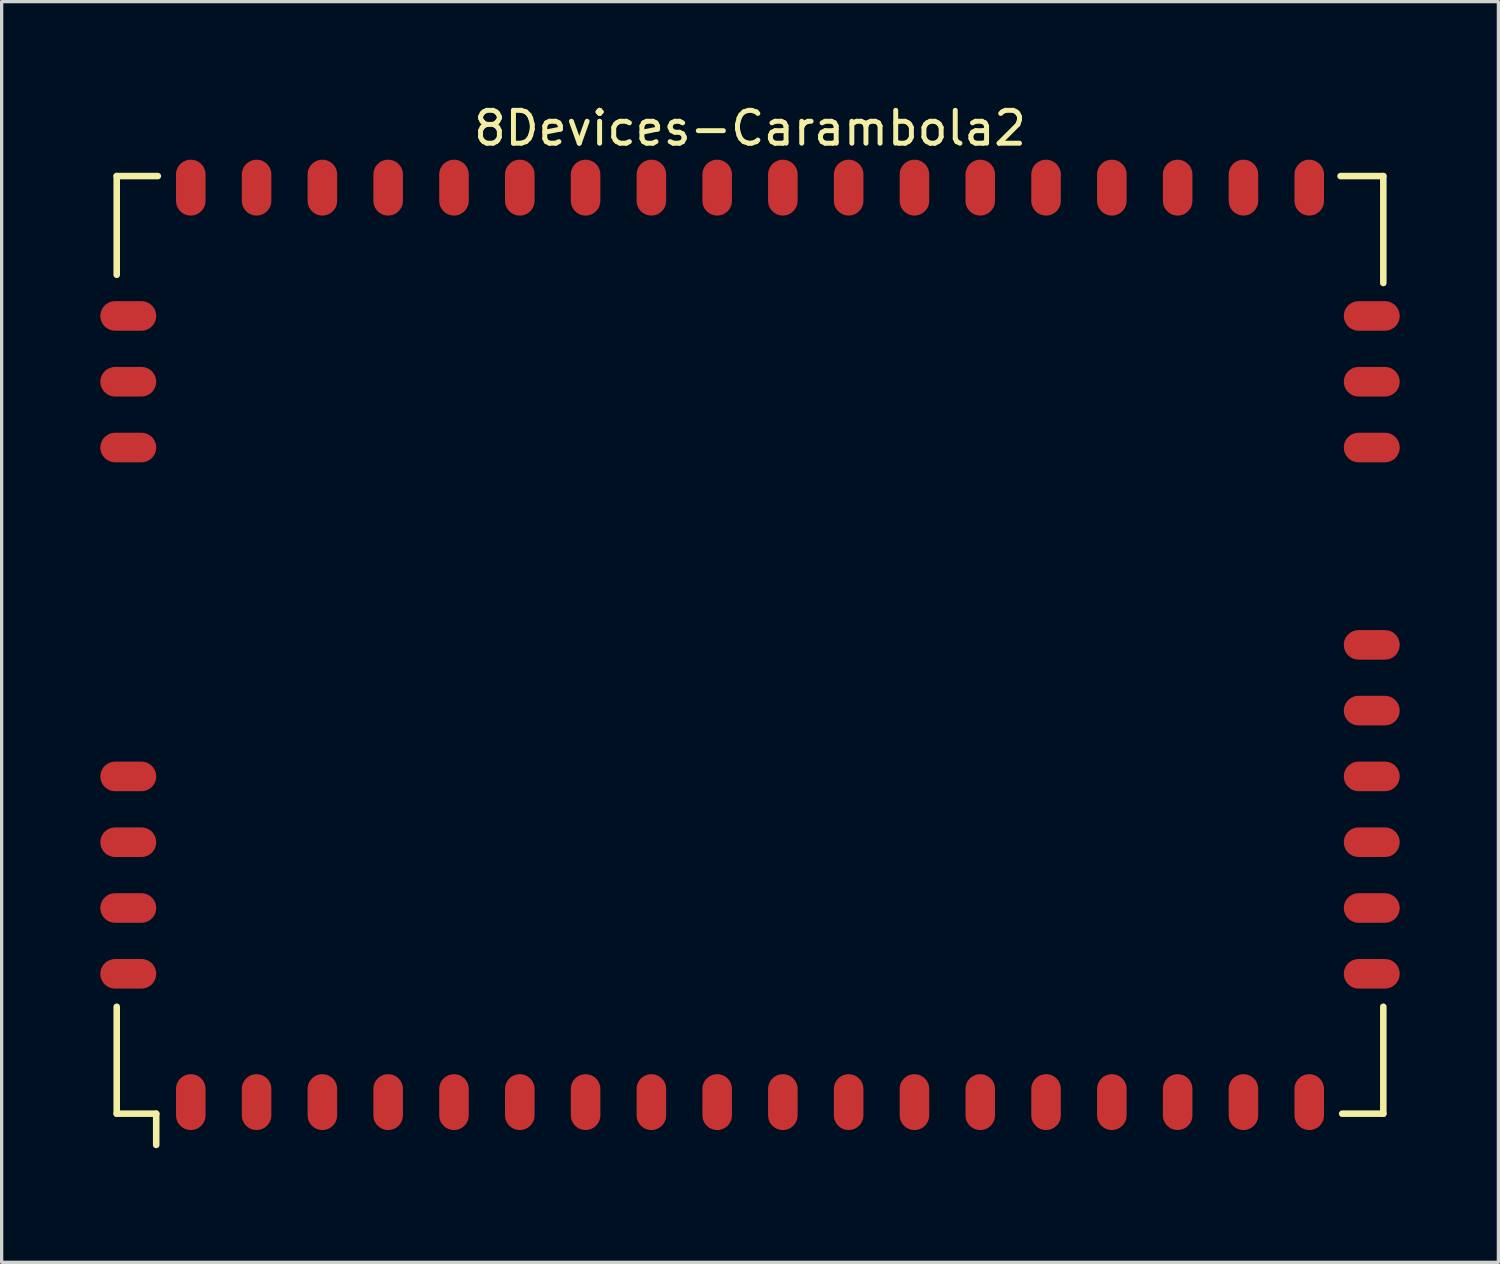
<source format=kicad_pcb>
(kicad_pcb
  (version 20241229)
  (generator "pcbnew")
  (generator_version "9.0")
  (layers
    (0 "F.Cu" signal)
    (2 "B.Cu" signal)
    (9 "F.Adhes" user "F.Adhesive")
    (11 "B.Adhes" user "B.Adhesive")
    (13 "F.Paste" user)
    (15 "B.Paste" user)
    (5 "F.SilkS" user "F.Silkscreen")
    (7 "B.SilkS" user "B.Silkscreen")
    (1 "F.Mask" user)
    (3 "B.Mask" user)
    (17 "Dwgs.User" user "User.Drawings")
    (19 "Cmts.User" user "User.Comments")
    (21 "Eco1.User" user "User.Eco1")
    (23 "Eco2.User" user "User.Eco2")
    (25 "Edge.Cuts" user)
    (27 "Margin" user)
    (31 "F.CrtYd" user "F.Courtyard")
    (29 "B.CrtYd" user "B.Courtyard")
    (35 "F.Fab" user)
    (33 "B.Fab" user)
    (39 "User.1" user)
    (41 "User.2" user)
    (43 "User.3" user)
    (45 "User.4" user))
  (footprint "8Devices-Carambola2"
    (layer "F.Cu")
    (at 19.747 16.551)
    (property "Reference" "8Devices-Carambola2" (at 0 -15.703 0) (unlocked yes) (layer "F.SilkS") (effects (font (size 1 1) (thickness 0.15))))
    (fp_line (start -19.249 -14.249) (end -17.999 -14.249) (stroke (width 0.199) (type solid)) (layer "F.SilkS"))
    (fp_line (start -19.249 -11.249) (end -19.249 -14.249) (stroke (width 0.199) (type solid)) (layer "F.SilkS"))
    (fp_line (start -19.249 14.25) (end -19.249 10.999) (stroke (width 0.199) (type solid)) (layer "F.SilkS"))
    (fp_line (start -19.249 14.25) (end -18.049 14.25) (stroke (width 0.199) (type solid)) (layer "F.SilkS"))
    (fp_line (start -18.049 15.199) (end -18.049 14.25) (stroke (width 0.199) (type solid)) (layer "F.SilkS"))
    (fp_line (start 17.949 -14.249) (end 19.249 -14.249) (stroke (width 0.199) (type solid)) (layer "F.SilkS"))
    (fp_line (start 17.999 14.25) (end 19.249 14.25) (stroke (width 0.199) (type solid)) (layer "F.SilkS"))
    (fp_line (start 19.249 -10.999) (end 19.249 -14.249) (stroke (width 0.199) (type solid)) (layer "F.SilkS"))
    (fp_line (start 19.249 14.25) (end 19.249 10.999) (stroke (width 0.199) (type solid)) (layer "F.SilkS"))
    (fp_line (start -18.949 -13.898) (end -18.949 -13.899) (stroke (width 0.198) (type solid)) (layer "User.1"))
    (fp_line (start -18.949 -13.898) (end -17.449 -13.899) (stroke (width 0.198) (type solid)) (layer "User.1"))
    (fp_line (start -18.949 -10.449) (end -18.949 -13.899) (stroke (width 0.198) (type solid)) (layer "User.1"))
    (fp_line (start -18.949 -10.449) (end -18.899 -10.449) (stroke (width 0.198) (type solid)) (layer "User.1"))
    (fp_line (start -18.949 -9.55) (end -18.899 -9.55) (stroke (width 0.198) (type solid)) (layer "User.1"))
    (fp_line (start -18.949 -8.449) (end -18.949 -9.55) (stroke (width 0.198) (type solid)) (layer "User.1"))
    (fp_line (start -18.949 -8.449) (end -18.899 -8.449) (stroke (width 0.198) (type solid)) (layer "User.1"))
    (fp_line (start -18.949 -7.549) (end -18.899 -7.549) (stroke (width 0.198) (type solid)) (layer "User.1"))
    (fp_line (start -18.949 -6.449) (end -18.949 -7.549) (stroke (width 0.198) (type solid)) (layer "User.1"))
    (fp_line (start -18.949 -6.449) (end -18.899 -6.449) (stroke (width 0.198) (type solid)) (layer "User.1"))
    (fp_line (start -18.949 -5.549) (end -18.899 -5.549) (stroke (width 0.198) (type solid)) (layer "User.1"))
    (fp_line (start -18.949 3.549) (end -18.949 -5.549) (stroke (width 0.198) (type solid)) (layer "User.1"))
    (fp_line (start -18.949 3.549) (end -18.899 3.549) (stroke (width 0.198) (type solid)) (layer "User.1"))
    (fp_line (start -18.949 4.449) (end -18.899 4.449) (stroke (width 0.198) (type solid)) (layer "User.1"))
    (fp_line (start -18.949 5.549) (end -18.949 4.449) (stroke (width 0.198) (type solid)) (layer "User.1"))
    (fp_line (start -18.949 5.549) (end -18.899 5.549) (stroke (width 0.198) (type solid)) (layer "User.1"))
    (fp_line (start -18.949 6.449) (end -18.899 6.449) (stroke (width 0.198) (type solid)) (layer "User.1"))
    (fp_line (start -18.949 7.549) (end -18.949 6.449) (stroke (width 0.198) (type solid)) (layer "User.1"))
    (fp_line (start -18.949 7.549) (end -18.899 7.549) (stroke (width 0.198) (type solid)) (layer "User.1"))
    (fp_line (start -18.949 8.449) (end -18.899 8.449) (stroke (width 0.198) (type solid)) (layer "User.1"))
    (fp_line (start -18.949 9.549) (end -18.949 8.449) (stroke (width 0.198) (type solid)) (layer "User.1"))
    (fp_line (start -18.949 9.549) (end -18.899 9.549) (stroke (width 0.198) (type solid)) (layer "User.1"))
    (fp_line (start -18.949 10.449) (end -18.899 10.449) (stroke (width 0.198) (type solid)) (layer "User.1"))
    (fp_line (start -18.949 13.899) (end -18.949 10.449) (stroke (width 0.198) (type solid)) (layer "User.1"))
    (fp_line (start -18.949 13.899) (end -17.449 13.899) (stroke (width 0.198) (type solid)) (layer "User.1"))
    (fp_line (start -18.399 -0.651) (end -18.399 -1.349) (stroke (width 0.099) (type solid)) (layer "User.1"))
    (fp_line (start -17.799 -12.399) (end 9.399 -12.399) (stroke (width 0.099) (type solid)) (layer "User.1"))
    (fp_line (start -17.799 12.499) (end -17.799 -12.399) (stroke (width 0.099) (type solid)) (layer "User.1"))
    (fp_line (start -17.799 12.499) (end 17.599 12.499) (stroke (width 0.099) (type solid)) (layer "User.1"))
    (fp_line (start -17.449 -13.849) (end -17.449 -13.899) (stroke (width 0.198) (type solid)) (layer "User.1"))
    (fp_line (start -17.449 13.899) (end -17.449 13.849) (stroke (width 0.198) (type solid)) (layer "User.1"))
    (fp_line (start -17.401 -0.651) (end -17.401 -1.349) (stroke (width 0.099) (type solid)) (layer "User.1"))
    (fp_line (start -17.049 -9.699) (end -16.549 -9.699) (stroke (width 0.049) (type solid)) (layer "User.1"))
    (fp_line (start -17.049 -8.699) (end -17.049 -9.699) (stroke (width 0.049) (type solid)) (layer "User.1"))
    (fp_line (start -17.049 -8.699) (end -16.549 -8.699) (stroke (width 0.049) (type solid)) (layer "User.1"))
    (fp_line (start -17.049 -8.049) (end -16.549 -8.049) (stroke (width 0.049) (type solid)) (layer "User.1"))
    (fp_line (start -17.049 -7.049) (end -17.049 -8.049) (stroke (width 0.049) (type solid)) (layer "User.1"))
    (fp_line (start -17.049 -7.049) (end -16.549 -7.049) (stroke (width 0.049) (type solid)) (layer "User.1"))
    (fp_line (start -17.049 -3.299) (end -16.549 -3.299) (stroke (width 0.049) (type solid)) (layer "User.1"))
    (fp_line (start -17.049 -2.299) (end -17.049 -3.299) (stroke (width 0.049) (type solid)) (layer "User.1"))
    (fp_line (start -17.049 -2.299) (end -16.549 -2.299) (stroke (width 0.049) (type solid)) (layer "User.1"))
    (fp_line (start -17.049 -0.199) (end -16.549 -0.199) (stroke (width 0.049) (type solid)) (layer "User.1"))
    (fp_line (start -17.049 0.799) (end -17.049 -0.199) (stroke (width 0.049) (type solid)) (layer "User.1"))
    (fp_line (start -17.049 0.799) (end -16.549 0.799) (stroke (width 0.049) (type solid)) (layer "User.1"))
    (fp_line (start -17.049 1.55) (end -16.549 1.55) (stroke (width 0.049) (type solid)) (layer "User.1"))
    (fp_line (start -17.049 2.549) (end -17.049 1.55) (stroke (width 0.049) (type solid)) (layer "User.1"))
    (fp_line (start -17.049 2.549) (end -16.549 2.549) (stroke (width 0.049) (type solid)) (layer "User.1"))
    (fp_line (start -17.048 -11.298) (end -16.55 -11.298) (stroke (width 0.048) (type solid)) (layer "User.1"))
    (fp_line (start -17.048 -10.3) (end -17.048 -11.298) (stroke (width 0.048) (type solid)) (layer "User.1"))
    (fp_line (start -17.048 -10.3) (end -16.55 -10.3) (stroke (width 0.048) (type solid)) (layer "User.1"))
    (fp_line (start -17.048 -6.498) (end -16.55 -6.498) (stroke (width 0.048) (type solid)) (layer "User.1"))
    (fp_line (start -17.048 -5.5) (end -17.048 -6.498) (stroke (width 0.048) (type solid)) (layer "User.1"))
    (fp_line (start -17.048 -5.5) (end -16.55 -5.5) (stroke (width 0.048) (type solid)) (layer "User.1"))
    (fp_line (start -17.048 -4.848) (end -16.55 -4.848) (stroke (width 0.048) (type solid)) (layer "User.1"))
    (fp_line (start -17.048 -3.85) (end -17.048 -4.848) (stroke (width 0.048) (type solid)) (layer "User.1"))
    (fp_line (start -17.048 -3.85) (end -16.55 -3.85) (stroke (width 0.048) (type solid)) (layer "User.1"))
    (fp_line (start -17.048 -1.848) (end -16.55 -1.848) (stroke (width 0.048) (type solid)) (layer "User.1"))
    (fp_line (start -17.048 -0.85) (end -17.048 -1.848) (stroke (width 0.048) (type solid)) (layer "User.1"))
    (fp_line (start -17.048 -0.85) (end -16.55 -0.85) (stroke (width 0.048) (type solid)) (layer "User.1"))
    (fp_line (start -16.55 -10.3) (end -16.55 -11.298) (stroke (width 0.048) (type solid)) (layer "User.1"))
    (fp_line (start -16.55 -5.5) (end -16.55 -6.498) (stroke (width 0.048) (type solid)) (layer "User.1"))
    (fp_line (start -16.55 -3.85) (end -16.55 -4.848) (stroke (width 0.048) (type solid)) (layer "User.1"))
    (fp_line (start -16.55 -0.85) (end -16.55 -1.848) (stroke (width 0.048) (type solid)) (layer "User.1"))
    (fp_line (start -16.549 -13.899) (end -15.449 -13.899) (stroke (width 0.198) (type solid)) (layer "User.1"))
    (fp_line (start -16.549 -13.849) (end -16.549 -13.899) (stroke (width 0.198) (type solid)) (layer "User.1"))
    (fp_line (start -16.549 -8.699) (end -16.549 -9.699) (stroke (width 0.049) (type solid)) (layer "User.1"))
    (fp_line (start -16.549 -7.049) (end -16.549 -8.049) (stroke (width 0.049) (type solid)) (layer "User.1"))
    (fp_line (start -16.549 -2.299) (end -16.549 -3.299) (stroke (width 0.049) (type solid)) (layer "User.1"))
    (fp_line (start -16.549 0.799) (end -16.549 -0.199) (stroke (width 0.049) (type solid)) (layer "User.1"))
    (fp_line (start -16.549 2.549) (end -16.549 1.55) (stroke (width 0.049) (type solid)) (layer "User.1"))
    (fp_line (start -16.549 13.899) (end -16.549 13.849) (stroke (width 0.198) (type solid)) (layer "User.1"))
    (fp_line (start -16.549 13.899) (end -15.449 13.899) (stroke (width 0.198) (type solid)) (layer "User.1"))
    (fp_line (start -16.499 3.649) (end -15.599 3.649) (stroke (width 0.049) (type solid)) (layer "User.1"))
    (fp_line (start -16.499 5.349) (end -16.499 3.649) (stroke (width 0.049) (type solid)) (layer "User.1"))
    (fp_line (start -16.499 5.349) (end -15.599 5.349) (stroke (width 0.049) (type solid)) (layer "User.1"))
    (fp_line (start -16.159 10.385) (end -14.461 10.385) (stroke (width 0.048) (type solid)) (layer "User.1"))
    (fp_line (start -16.159 11.283) (end -16.159 10.385) (stroke (width 0.048) (type solid)) (layer "User.1"))
    (fp_line (start -16.159 11.283) (end -14.461 11.283) (stroke (width 0.048) (type solid)) (layer "User.1"))
    (fp_line (start -16.099 -10.899) (end -8.099 -10.899) (stroke (width 0.149) (type solid)) (layer "User.1"))
    (fp_line (start -16.099 2.799) (end -16.099 -10.899) (stroke (width 0.149) (type solid)) (layer "User.1"))
    (fp_line (start -16.099 2.799) (end -8.099 2.799) (stroke (width 0.149) (type solid)) (layer "User.1"))
    (fp_line (start -15.906 8.341) (end -15.408 8.341) (stroke (width 0.048) (type solid)) (layer "User.1"))
    (fp_line (start -15.906 9.339) (end -15.906 8.341) (stroke (width 0.048) (type solid)) (layer "User.1"))
    (fp_line (start -15.906 9.339) (end -15.408 9.339) (stroke (width 0.048) (type solid)) (layer "User.1"))
    (fp_line (start -15.599 5.349) (end -15.599 3.649) (stroke (width 0.049) (type solid)) (layer "User.1"))
    (fp_line (start -15.449 -13.849) (end -15.449 -13.899) (stroke (width 0.198) (type solid)) (layer "User.1"))
    (fp_line (start -15.449 13.899) (end -15.449 13.849) (stroke (width 0.198) (type solid)) (layer "User.1"))
    (fp_line (start -15.408 9.339) (end -15.408 8.341) (stroke (width 0.048) (type solid)) (layer "User.1"))
    (fp_line (start -15.013 8.537) (end -12.013 8.537) (stroke (width 0.049) (type solid)) (layer "User.1"))
    (fp_line (start -15.013 10.137) (end -15.013 8.537) (stroke (width 0.049) (type solid)) (layer "User.1"))
    (fp_line (start -15.013 10.137) (end -12.013 10.137) (stroke (width 0.049) (type solid)) (layer "User.1"))
    (fp_line (start -14.999 4.799) (end -11.999 4.799) (stroke (width 0.049) (type solid)) (layer "User.1"))
    (fp_line (start -14.999 6.399) (end -14.999 4.799) (stroke (width 0.049) (type solid)) (layer "User.1"))
    (fp_line (start -14.999 6.399) (end -11.999 6.399) (stroke (width 0.049) (type solid)) (layer "User.1"))
    (fp_line (start -14.713 7.937) (end -14.213 7.937) (stroke (width 0.049) (type solid)) (layer "User.1"))
    (fp_line (start -14.713 8.537) (end -14.713 7.937) (stroke (width 0.049) (type solid)) (layer "User.1"))
    (fp_line (start -14.699 6.999) (end -14.699 6.399) (stroke (width 0.049) (type solid)) (layer "User.1"))
    (fp_line (start -14.699 6.999) (end -14.199 6.999) (stroke (width 0.049) (type solid)) (layer "User.1"))
    (fp_line (start -14.549 -13.899) (end -13.449 -13.899) (stroke (width 0.198) (type solid)) (layer "User.1"))
    (fp_line (start -14.549 -13.849) (end -14.549 -13.899) (stroke (width 0.198) (type solid)) (layer "User.1"))
    (fp_line (start -14.549 13.899) (end -14.549 13.849) (stroke (width 0.198) (type solid)) (layer "User.1"))
    (fp_line (start -14.549 13.899) (end -13.449 13.899) (stroke (width 0.198) (type solid)) (layer "User.1"))
    (fp_line (start -14.461 11.283) (end -14.461 10.385) (stroke (width 0.048) (type solid)) (layer "User.1"))
    (fp_line (start -14.213 8.537) (end -14.213 7.937) (stroke (width 0.049) (type solid)) (layer "User.1"))
    (fp_line (start -14.199 6.999) (end -14.199 6.399) (stroke (width 0.049) (type solid)) (layer "User.1"))
    (fp_line (start -13.763 10.737) (end -13.763 10.137) (stroke (width 0.049) (type solid)) (layer "User.1"))
    (fp_line (start -13.763 10.737) (end -13.263 10.737) (stroke (width 0.049) (type solid)) (layer "User.1"))
    (fp_line (start -13.749 4.199) (end -13.249 4.199) (stroke (width 0.049) (type solid)) (layer "User.1"))
    (fp_line (start -13.749 4.799) (end -13.749 4.199) (stroke (width 0.049) (type solid)) (layer "User.1"))
    (fp_line (start -13.449 -13.849) (end -13.449 -13.899) (stroke (width 0.198) (type solid)) (layer "User.1"))
    (fp_line (start -13.449 13.899) (end -13.449 13.849) (stroke (width 0.198) (type solid)) (layer "User.1"))
    (fp_line (start -13.263 10.737) (end -13.263 10.137) (stroke (width 0.049) (type solid)) (layer "User.1"))
    (fp_line (start -13.249 4.799) (end -13.249 4.199) (stroke (width 0.049) (type solid)) (layer "User.1"))
    (fp_line (start -12.813 7.937) (end -12.313 7.937) (stroke (width 0.049) (type solid)) (layer "User.1"))
    (fp_line (start -12.813 8.537) (end -12.813 7.937) (stroke (width 0.049) (type solid)) (layer "User.1"))
    (fp_line (start -12.799 6.999) (end -12.799 6.399) (stroke (width 0.049) (type solid)) (layer "User.1"))
    (fp_line (start -12.799 6.999) (end -12.299 6.999) (stroke (width 0.049) (type solid)) (layer "User.1"))
    (fp_line (start -12.549 -13.899) (end -11.449 -13.899) (stroke (width 0.198) (type solid)) (layer "User.1"))
    (fp_line (start -12.549 -13.849) (end -12.549 -13.899) (stroke (width 0.198) (type solid)) (layer "User.1"))
    (fp_line (start -12.549 13.899) (end -12.549 13.849) (stroke (width 0.198) (type solid)) (layer "User.1"))
    (fp_line (start -12.549 13.899) (end -11.449 13.899) (stroke (width 0.198) (type solid)) (layer "User.1"))
    (fp_line (start -12.313 8.537) (end -12.313 7.937) (stroke (width 0.049) (type solid)) (layer "User.1"))
    (fp_line (start -12.299 6.999) (end -12.299 6.399) (stroke (width 0.049) (type solid)) (layer "User.1"))
    (fp_line (start -12.013 10.137) (end -12.013 8.537) (stroke (width 0.049) (type solid)) (layer "User.1"))
    (fp_line (start -11.999 6.399) (end -11.999 4.799) (stroke (width 0.049) (type solid)) (layer "User.1"))
    (fp_line (start -11.598 3.65) (end -10.7 3.65) (stroke (width 0.048) (type solid)) (layer "User.1"))
    (fp_line (start -11.598 5.348) (end -11.598 3.65) (stroke (width 0.048) (type solid)) (layer "User.1"))
    (fp_line (start -11.598 5.348) (end -10.7 5.348) (stroke (width 0.048) (type solid)) (layer "User.1"))
    (fp_line (start -11.498 6) (end -11 6) (stroke (width 0.048) (type solid)) (layer "User.1"))
    (fp_line (start -11.498 6.998) (end -11.498 6) (stroke (width 0.048) (type solid)) (layer "User.1"))
    (fp_line (start -11.498 6.998) (end -11 6.998) (stroke (width 0.048) (type solid)) (layer "User.1"))
    (fp_line (start -11.449 -13.849) (end -11.449 -13.899) (stroke (width 0.198) (type solid)) (layer "User.1"))
    (fp_line (start -11.449 13.899) (end -11.449 13.849) (stroke (width 0.198) (type solid)) (layer "User.1"))
    (fp_line (start -11 6.998) (end -11 6) (stroke (width 0.048) (type solid)) (layer "User.1"))
    (fp_line (start -10.7 5.348) (end -10.7 3.65) (stroke (width 0.048) (type solid)) (layer "User.1"))
    (fp_line (start -10.549 -13.899) (end -9.449 -13.899) (stroke (width 0.198) (type solid)) (layer "User.1"))
    (fp_line (start -10.549 -13.849) (end -10.549 -13.899) (stroke (width 0.198) (type solid)) (layer "User.1"))
    (fp_line (start -10.549 13.899) (end -10.549 13.849) (stroke (width 0.198) (type solid)) (layer "User.1"))
    (fp_line (start -10.549 13.899) (end -9.449 13.899) (stroke (width 0.198) (type solid)) (layer "User.1"))
    (fp_line (start -9.998 3.6) (end -9 3.6) (stroke (width 0.048) (type solid)) (layer "User.1"))
    (fp_line (start -9.998 4.098) (end -9.998 3.6) (stroke (width 0.048) (type solid)) (layer "User.1"))
    (fp_line (start -9.998 4.098) (end -9 4.098) (stroke (width 0.048) (type solid)) (layer "User.1"))
    (fp_line (start -9.499 8.199) (end -9.299 7.999) (stroke (width 0.099) (type solid)) (layer "User.1"))
    (fp_line (start -9.499 9.699) (end -9.499 8.199) (stroke (width 0.099) (type solid)) (layer "User.1"))
    (fp_line (start -9.499 9.699) (end -9.299 9.899) (stroke (width 0.099) (type solid)) (layer "User.1"))
    (fp_line (start -9.449 -13.849) (end -9.449 -13.899) (stroke (width 0.198) (type solid)) (layer "User.1"))
    (fp_line (start -9.449 13.899) (end -9.449 13.849) (stroke (width 0.198) (type solid)) (layer "User.1"))
    (fp_line (start -9.299 7.449) (end -6.699 7.449) (stroke (width 0.099) (type solid)) (layer "User.1"))
    (fp_line (start -9.299 7.999) (end -9.299 7.449) (stroke (width 0.099) (type solid)) (layer "User.1"))
    (fp_line (start -9.299 10.449) (end -9.299 9.899) (stroke (width 0.099) (type solid)) (layer "User.1"))
    (fp_line (start -9.299 10.449) (end -6.699 10.449) (stroke (width 0.099) (type solid)) (layer "User.1"))
    (fp_line (start -9.149 4.799) (end -8.249 4.799) (stroke (width 0.049) (type solid)) (layer "User.1"))
    (fp_line (start -9.149 6.499) (end -9.149 4.799) (stroke (width 0.049) (type solid)) (layer "User.1"))
    (fp_line (start -9.149 6.499) (end -8.249 6.499) (stroke (width 0.049) (type solid)) (layer "User.1"))
    (fp_line (start -9 4.098) (end -9 3.6) (stroke (width 0.048) (type solid)) (layer "User.1"))
    (fp_line (start -8.549 -13.899) (end -7.449 -13.899) (stroke (width 0.198) (type solid)) (layer "User.1"))
    (fp_line (start -8.549 -13.849) (end -8.549 -13.899) (stroke (width 0.198) (type solid)) (layer "User.1"))
    (fp_line (start -8.549 13.899) (end -8.549 13.849) (stroke (width 0.198) (type solid)) (layer "User.1"))
    (fp_line (start -8.549 13.899) (end -7.449 13.899) (stroke (width 0.198) (type solid)) (layer "User.1"))
    (fp_line (start -8.249 6.499) (end -8.249 4.799) (stroke (width 0.049) (type solid)) (layer "User.1"))
    (fp_line (start -8.099 2.799) (end -8.099 -10.899) (stroke (width 0.149) (type solid)) (layer "User.1"))
    (fp_line (start -7.748 -2.698) (end -6.75 -2.698) (stroke (width 0.048) (type solid)) (layer "User.1"))
    (fp_line (start -7.748 -2.2) (end -7.748 -2.698) (stroke (width 0.048) (type solid)) (layer "User.1"))
    (fp_line (start -7.748 -2.2) (end -6.75 -2.2) (stroke (width 0.048) (type solid)) (layer "User.1"))
    (fp_line (start -7.748 0.95) (end -6.75 0.95) (stroke (width 0.048) (type solid)) (layer "User.1"))
    (fp_line (start -7.748 1.448) (end -7.748 0.95) (stroke (width 0.048) (type solid)) (layer "User.1"))
    (fp_line (start -7.748 1.448) (end -6.75 1.448) (stroke (width 0.048) (type solid)) (layer "User.1"))
    (fp_line (start -7.748 4.25) (end -6.75 4.25) (stroke (width 0.048) (type solid)) (layer "User.1"))
    (fp_line (start -7.748 4.748) (end -7.748 4.25) (stroke (width 0.048) (type solid)) (layer "User.1"))
    (fp_line (start -7.748 4.748) (end -6.75 4.748) (stroke (width 0.048) (type solid)) (layer "User.1"))
    (fp_line (start -7.548 2.05) (end -7.05 2.05) (stroke (width 0.048) (type solid)) (layer "User.1"))
    (fp_line (start -7.548 3.048) (end -7.548 2.05) (stroke (width 0.048) (type solid)) (layer "User.1"))
    (fp_line (start -7.548 3.048) (end -7.05 3.048) (stroke (width 0.048) (type solid)) (layer "User.1"))
    (fp_line (start -7.484 -7.384) (end -6.986 -7.384) (stroke (width 0.048) (type solid)) (layer "User.1"))
    (fp_line (start -7.484 -6.386) (end -7.484 -7.384) (stroke (width 0.048) (type solid)) (layer "User.1"))
    (fp_line (start -7.484 -6.386) (end -6.986 -6.386) (stroke (width 0.048) (type solid)) (layer "User.1"))
    (fp_line (start -7.484 -5.784) (end -6.986 -5.784) (stroke (width 0.048) (type solid)) (layer "User.1"))
    (fp_line (start -7.484 -4.786) (end -7.484 -5.784) (stroke (width 0.048) (type solid)) (layer "User.1"))
    (fp_line (start -7.484 -4.786) (end -6.986 -4.786) (stroke (width 0.048) (type solid)) (layer "User.1"))
    (fp_line (start -7.449 -13.849) (end -7.449 -13.899) (stroke (width 0.198) (type solid)) (layer "User.1"))
    (fp_line (start -7.449 13.899) (end -7.449 13.849) (stroke (width 0.198) (type solid)) (layer "User.1"))
    (fp_line (start -7.384 -10.648) (end -6.886 -10.648) (stroke (width 0.048) (type solid)) (layer "User.1"))
    (fp_line (start -7.384 -9.65) (end -7.384 -10.648) (stroke (width 0.048) (type solid)) (layer "User.1"))
    (fp_line (start -7.384 -9.65) (end -6.886 -9.65) (stroke (width 0.048) (type solid)) (layer "User.1"))
    (fp_line (start -7.384 -8.984) (end -6.886 -8.984) (stroke (width 0.048) (type solid)) (layer "User.1"))
    (fp_line (start -7.384 -7.986) (end -7.384 -8.984) (stroke (width 0.048) (type solid)) (layer "User.1"))
    (fp_line (start -7.384 -7.986) (end -6.886 -7.986) (stroke (width 0.048) (type solid)) (layer "User.1"))
    (fp_line (start -7.348 5.2) (end -6.85 5.2) (stroke (width 0.048) (type solid)) (layer "User.1"))
    (fp_line (start -7.348 6.198) (end -7.348 5.2) (stroke (width 0.048) (type solid)) (layer "User.1"))
    (fp_line (start -7.348 6.198) (end -6.85 6.198) (stroke (width 0.048) (type solid)) (layer "User.1"))
    (fp_line (start -7.05 3.048) (end -7.05 2.05) (stroke (width 0.048) (type solid)) (layer "User.1"))
    (fp_line (start -6.986 -6.386) (end -6.986 -7.384) (stroke (width 0.048) (type solid)) (layer "User.1"))
    (fp_line (start -6.986 -4.786) (end -6.986 -5.784) (stroke (width 0.048) (type solid)) (layer "User.1"))
    (fp_line (start -6.886 -9.65) (end -6.886 -10.648) (stroke (width 0.048) (type solid)) (layer "User.1"))
    (fp_line (start -6.886 -7.986) (end -6.886 -8.984) (stroke (width 0.048) (type solid)) (layer "User.1"))
    (fp_line (start -6.85 6.198) (end -6.85 5.2) (stroke (width 0.048) (type solid)) (layer "User.1"))
    (fp_line (start -6.75 -2.2) (end -6.75 -2.698) (stroke (width 0.048) (type solid)) (layer "User.1"))
    (fp_line (start -6.75 1.448) (end -6.75 0.95) (stroke (width 0.048) (type solid)) (layer "User.1"))
    (fp_line (start -6.75 4.748) (end -6.75 4.25) (stroke (width 0.048) (type solid)) (layer "User.1"))
    (fp_line (start -6.699 7.999) (end -6.699 7.449) (stroke (width 0.099) (type solid)) (layer "User.1"))
    (fp_line (start -6.699 7.999) (end -6.499 8.199) (stroke (width 0.099) (type solid)) (layer "User.1"))
    (fp_line (start -6.699 9.899) (end -6.499 9.699) (stroke (width 0.099) (type solid)) (layer "User.1"))
    (fp_line (start -6.699 10.449) (end -6.699 9.899) (stroke (width 0.099) (type solid)) (layer "User.1"))
    (fp_line (start -6.685 -5.785) (end -6.185 -5.785) (stroke (width 0.049) (type solid)) (layer "User.1"))
    (fp_line (start -6.685 -4.785) (end -6.685 -5.785) (stroke (width 0.049) (type solid)) (layer "User.1"))
    (fp_line (start -6.685 -4.785) (end -6.185 -4.785) (stroke (width 0.049) (type solid)) (layer "User.1"))
    (fp_line (start -6.649 -7.399) (end -6.149 -7.399) (stroke (width 0.049) (type solid)) (layer "User.1"))
    (fp_line (start -6.649 -6.399) (end -6.649 -7.399) (stroke (width 0.049) (type solid)) (layer "User.1"))
    (fp_line (start -6.649 -6.399) (end -6.149 -6.399) (stroke (width 0.049) (type solid)) (layer "User.1"))
    (fp_line (start -6.549 -13.899) (end -5.449 -13.899) (stroke (width 0.198) (type solid)) (layer "User.1"))
    (fp_line (start -6.549 -13.849) (end -6.549 -13.899) (stroke (width 0.198) (type solid)) (layer "User.1"))
    (fp_line (start -6.549 13.899) (end -6.549 13.849) (stroke (width 0.198) (type solid)) (layer "User.1"))
    (fp_line (start -6.549 13.899) (end -5.449 13.899) (stroke (width 0.198) (type solid)) (layer "User.1"))
    (fp_line (start -6.548 -9.298) (end -6.05 -9.298) (stroke (width 0.048) (type solid)) (layer "User.1"))
    (fp_line (start -6.548 -8.3) (end -6.548 -9.298) (stroke (width 0.048) (type solid)) (layer "User.1"))
    (fp_line (start -6.548 -8.3) (end -6.05 -8.3) (stroke (width 0.048) (type solid)) (layer "User.1"))
    (fp_line (start -6.499 9.699) (end -6.499 8.199) (stroke (width 0.099) (type solid)) (layer "User.1"))
    (fp_line (start -6.185 -4.785) (end -6.185 -5.785) (stroke (width 0.049) (type solid)) (layer "User.1"))
    (fp_line (start -6.149 -6.399) (end -6.149 -7.399) (stroke (width 0.049) (type solid)) (layer "User.1"))
    (fp_line (start -6.05 -8.3) (end -6.05 -9.298) (stroke (width 0.048) (type solid)) (layer "User.1"))
    (fp_line (start -5.999 8.849) (end -3.849 8.849) (stroke (width 0.049) (type solid)) (layer "User.1"))
    (fp_line (start -5.999 10.249) (end -5.999 8.849) (stroke (width 0.049) (type solid)) (layer "User.1"))
    (fp_line (start -5.999 10.249) (end -3.849 10.249) (stroke (width 0.049) (type solid)) (layer "User.1"))
    (fp_line (start -5.899 -5.249) (end 6.099 -5.249) (stroke (width 0.099) (type solid)) (layer "User.1"))
    (fp_line (start -5.899 6.749) (end -5.899 -5.249) (stroke (width 0.099) (type solid)) (layer "User.1"))
    (fp_line (start -5.899 6.749) (end 6.099 6.749) (stroke (width 0.099) (type solid)) (layer "User.1"))
    (fp_line (start -5.498 7.45) (end -5 7.45) (stroke (width 0.048) (type solid)) (layer "User.1"))
    (fp_line (start -5.498 8.448) (end -5.498 7.45) (stroke (width 0.048) (type solid)) (layer "User.1"))
    (fp_line (start -5.498 8.448) (end -5 8.448) (stroke (width 0.048) (type solid)) (layer "User.1"))
    (fp_line (start -5.449 -13.849) (end -5.449 -13.899) (stroke (width 0.198) (type solid)) (layer "User.1"))
    (fp_line (start -5.449 13.899) (end -5.449 13.849) (stroke (width 0.198) (type solid)) (layer "User.1"))
    (fp_line (start -5.299 12.051) (end -4.601 12.051) (stroke (width 0.099) (type solid)) (layer "User.1"))
    (fp_line (start -5.299 13.049) (end -4.601 13.049) (stroke (width 0.099) (type solid)) (layer "User.1"))
    (fp_line (start -5 8.448) (end -5 7.45) (stroke (width 0.048) (type solid)) (layer "User.1"))
    (fp_line (start -4.549 -13.899) (end -3.449 -13.899) (stroke (width 0.198) (type solid)) (layer "User.1"))
    (fp_line (start -4.549 -13.849) (end -4.549 -13.899) (stroke (width 0.198) (type solid)) (layer "User.1"))
    (fp_line (start -4.549 13.899) (end -4.549 13.849) (stroke (width 0.198) (type solid)) (layer "User.1"))
    (fp_line (start -4.549 13.899) (end -3.449 13.899) (stroke (width 0.198) (type solid)) (layer "User.1"))
    (fp_line (start -4.298 7.45) (end -3.8 7.45) (stroke (width 0.048) (type solid)) (layer "User.1"))
    (fp_line (start -4.298 8.448) (end -4.298 7.45) (stroke (width 0.048) (type solid)) (layer "User.1"))
    (fp_line (start -4.298 8.448) (end -3.8 8.448) (stroke (width 0.048) (type solid)) (layer "User.1"))
    (fp_line (start -3.949 -10.899) (end -3.449 -10.899) (stroke (width 0.049) (type solid)) (layer "User.1"))
    (fp_line (start -3.949 -9.899) (end -3.949 -10.899) (stroke (width 0.049) (type solid)) (layer "User.1"))
    (fp_line (start -3.949 -9.899) (end -3.449 -9.899) (stroke (width 0.049) (type solid)) (layer "User.1"))
    (fp_line (start -3.849 10.249) (end -3.849 8.849) (stroke (width 0.049) (type solid)) (layer "User.1"))
    (fp_line (start -3.8 8.448) (end -3.8 7.45) (stroke (width 0.048) (type solid)) (layer "User.1"))
    (fp_line (start -3.449 -13.799) (end -3.449 -13.899) (stroke (width 0.198) (type solid)) (layer "User.1"))
    (fp_line (start -3.449 -9.899) (end -3.449 -10.899) (stroke (width 0.049) (type solid)) (layer "User.1"))
    (fp_line (start -3.449 13.899) (end -3.449 13.849) (stroke (width 0.198) (type solid)) (layer "User.1"))
    (fp_line (start -3.049 -10.899) (end -2.549 -10.899) (stroke (width 0.049) (type solid)) (layer "User.1"))
    (fp_line (start -3.049 -9.899) (end -3.049 -10.899) (stroke (width 0.049) (type solid)) (layer "User.1"))
    (fp_line (start -3.049 -9.899) (end -2.549 -9.899) (stroke (width 0.049) (type solid)) (layer "User.1"))
    (fp_line (start -2.549 -13.899) (end -1.449 -13.899) (stroke (width 0.198) (type solid)) (layer "User.1"))
    (fp_line (start -2.549 -13.799) (end -2.549 -13.899) (stroke (width 0.198) (type solid)) (layer "User.1"))
    (fp_line (start -2.549 -9.899) (end -2.549 -10.899) (stroke (width 0.049) (type solid)) (layer "User.1"))
    (fp_line (start -2.549 13.899) (end -2.549 13.849) (stroke (width 0.198) (type solid)) (layer "User.1"))
    (fp_line (start -2.549 13.899) (end -1.449 13.899) (stroke (width 0.198) (type solid)) (layer "User.1"))
    (fp_line (start -2.149 -10.899) (end -1.649 -10.899) (stroke (width 0.049) (type solid)) (layer "User.1"))
    (fp_line (start -2.149 -9.899) (end -2.149 -10.899) (stroke (width 0.049) (type solid)) (layer "User.1"))
    (fp_line (start -2.149 -9.899) (end -1.649 -9.899) (stroke (width 0.049) (type solid)) (layer "User.1"))
    (fp_line (start -1.898 7.7) (end -1.4 7.7) (stroke (width 0.048) (type solid)) (layer "User.1"))
    (fp_line (start -1.898 8.698) (end -1.898 7.7) (stroke (width 0.048) (type solid)) (layer "User.1"))
    (fp_line (start -1.898 8.698) (end -1.4 8.698) (stroke (width 0.048) (type solid)) (layer "User.1"))
    (fp_line (start -1.75 9.75) (end -1.25 9.75) (stroke (width 0.05) (type solid)) (layer "User.1"))
    (fp_line (start -1.75 10.75) (end -1.75 9.75) (stroke (width 0.05) (type solid)) (layer "User.1"))
    (fp_line (start -1.75 10.75) (end -1.25 10.75) (stroke (width 0.05) (type solid)) (layer "User.1"))
    (fp_line (start -1.649 -9.899) (end -1.649 -10.899) (stroke (width 0.049) (type solid)) (layer "User.1"))
    (fp_line (start -1.449 -13.849) (end -1.449 -13.899) (stroke (width 0.198) (type solid)) (layer "User.1"))
    (fp_line (start -1.449 13.899) (end -1.449 13.849) (stroke (width 0.198) (type solid)) (layer "User.1"))
    (fp_line (start -1.448 -7.348) (end -0.95 -7.348) (stroke (width 0.048) (type solid)) (layer "User.1"))
    (fp_line (start -1.448 -6.35) (end -1.448 -7.348) (stroke (width 0.048) (type solid)) (layer "User.1"))
    (fp_line (start -1.448 -6.35) (end -0.95 -6.35) (stroke (width 0.048) (type solid)) (layer "User.1"))
    (fp_line (start -1.4 8.698) (end -1.4 7.7) (stroke (width 0.048) (type solid)) (layer "User.1"))
    (fp_line (start -1.25 10.75) (end -1.25 9.75) (stroke (width 0.05) (type solid)) (layer "User.1"))
    (fp_line (start -1.149 -9.149) (end -0.649 -9.149) (stroke (width 0.049) (type solid)) (layer "User.1"))
    (fp_line (start -1.149 -8.149) (end -1.149 -9.149) (stroke (width 0.049) (type solid)) (layer "User.1"))
    (fp_line (start -1.149 -8.149) (end -0.649 -8.149) (stroke (width 0.049) (type solid)) (layer "User.1"))
    (fp_line (start -1.098 7.7) (end -0.6 7.7) (stroke (width 0.048) (type solid)) (layer "User.1"))
    (fp_line (start -1.098 8.698) (end -1.098 7.7) (stroke (width 0.048) (type solid)) (layer "User.1"))
    (fp_line (start -1.098 8.698) (end -0.6 8.698) (stroke (width 0.048) (type solid)) (layer "User.1"))
    (fp_line (start -0.95 -6.35) (end -0.95 -7.348) (stroke (width 0.048) (type solid)) (layer "User.1"))
    (fp_line (start -0.949 9.751) (end -0.451 9.751) (stroke (width 0.049) (type solid)) (layer "User.1"))
    (fp_line (start -0.949 10.749) (end -0.949 9.751) (stroke (width 0.049) (type solid)) (layer "User.1"))
    (fp_line (start -0.949 10.749) (end -0.451 10.749) (stroke (width 0.049) (type solid)) (layer "User.1"))
    (fp_line (start -0.699 -10.949) (end -0.199 -10.949) (stroke (width 0.049) (type solid)) (layer "User.1"))
    (fp_line (start -0.699 -9.949) (end -0.699 -10.949) (stroke (width 0.049) (type solid)) (layer "User.1"))
    (fp_line (start -0.699 -9.949) (end -0.199 -9.949) (stroke (width 0.049) (type solid)) (layer "User.1"))
    (fp_line (start -0.649 -8.149) (end -0.649 -9.149) (stroke (width 0.049) (type solid)) (layer "User.1"))
    (fp_line (start -0.6 8.698) (end -0.6 7.7) (stroke (width 0.048) (type solid)) (layer "User.1"))
    (fp_line (start -0.599 -13.899) (end -0.549 -13.849) (stroke (width 0.198) (type solid)) (layer "User.1"))
    (fp_line (start -0.599 -13.899) (end 0.549 -13.899) (stroke (width 0.198) (type solid)) (layer "User.1"))
    (fp_line (start -0.549 13.899) (end -0.549 13.849) (stroke (width 0.198) (type solid)) (layer "User.1"))
    (fp_line (start -0.549 13.899) (end 0.549 13.899) (stroke (width 0.198) (type solid)) (layer "User.1"))
    (fp_line (start -0.451 10.749) (end -0.451 9.751) (stroke (width 0.049) (type solid)) (layer "User.1"))
    (fp_line (start -0.398 -7.098) (end 0.098 -7.098) (stroke (width 0.048) (type solid)) (layer "User.1"))
    (fp_line (start -0.398 -6.1) (end -0.398 -7.098) (stroke (width 0.048) (type solid)) (layer "User.1"))
    (fp_line (start -0.398 -6.1) (end 0.098 -6.1) (stroke (width 0.048) (type solid)) (layer "User.1"))
    (fp_line (start -0.349 -13.049) (end 0.349 -13.049) (stroke (width 0.099) (type solid)) (layer "User.1"))
    (fp_line (start -0.349 -12.051) (end 0.349 -12.051) (stroke (width 0.099) (type solid)) (layer "User.1"))
    (fp_line (start -0.298 7.7) (end 0.198 7.7) (stroke (width 0.048) (type solid)) (layer "User.1"))
    (fp_line (start -0.298 8.698) (end -0.298 7.7) (stroke (width 0.048) (type solid)) (layer "User.1"))
    (fp_line (start -0.298 8.698) (end 0.198 8.698) (stroke (width 0.048) (type solid)) (layer "User.1"))
    (fp_line (start -0.199 -9.949) (end -0.199 -10.949) (stroke (width 0.049) (type solid)) (layer "User.1"))
    (fp_line (start -0.1 9.75) (end 0.4 9.75) (stroke (width 0.05) (type solid)) (layer "User.1"))
    (fp_line (start -0.1 10.75) (end -0.1 9.75) (stroke (width 0.05) (type solid)) (layer "User.1"))
    (fp_line (start -0.1 10.75) (end 0.4 10.75) (stroke (width 0.05) (type solid)) (layer "User.1"))
    (fp_line (start 0 -9.149) (end 0.499 -9.149) (stroke (width 0.049) (type solid)) (layer "User.1"))
    (fp_line (start 0 -8.149) (end 0 -9.149) (stroke (width 0.049) (type solid)) (layer "User.1"))
    (fp_line (start 0 -8.149) (end 0.499 -8.149) (stroke (width 0.049) (type solid)) (layer "User.1"))
    (fp_line (start 0.098 -6.1) (end 0.098 -7.098) (stroke (width 0.048) (type solid)) (layer "User.1"))
    (fp_line (start 0.198 8.698) (end 0.198 7.7) (stroke (width 0.048) (type solid)) (layer "User.1"))
    (fp_line (start 0.4 10.75) (end 0.4 9.75) (stroke (width 0.05) (type solid)) (layer "User.1"))
    (fp_line (start 0.499 -8.149) (end 0.499 -9.149) (stroke (width 0.049) (type solid)) (layer "User.1"))
    (fp_line (start 0.499 -7.099) (end 0.999 -7.099) (stroke (width 0.049) (type solid)) (layer "User.1"))
    (fp_line (start 0.499 -6.099) (end 0.499 -7.099) (stroke (width 0.049) (type solid)) (layer "User.1"))
    (fp_line (start 0.499 -6.099) (end 0.999 -6.099) (stroke (width 0.049) (type solid)) (layer "User.1"))
    (fp_line (start 0.549 -13.849) (end 0.549 -13.899) (stroke (width 0.198) (type solid)) (layer "User.1"))
    (fp_line (start 0.549 13.899) (end 0.549 13.849) (stroke (width 0.198) (type solid)) (layer "User.1"))
    (fp_line (start 0.85 7.7) (end 1.348 7.7) (stroke (width 0.048) (type solid)) (layer "User.1"))
    (fp_line (start 0.85 8.698) (end 0.85 7.7) (stroke (width 0.048) (type solid)) (layer "User.1"))
    (fp_line (start 0.85 8.698) (end 1.348 8.698) (stroke (width 0.048) (type solid)) (layer "User.1"))
    (fp_line (start 0.999 -11.549) (end 4.299 -11.549) (stroke (width 0.049) (type solid)) (layer "User.1"))
    (fp_line (start 0.999 -8.949) (end 0.999 -11.549) (stroke (width 0.049) (type solid)) (layer "User.1"))
    (fp_line (start 0.999 -8.949) (end 4.299 -8.949) (stroke (width 0.049) (type solid)) (layer "User.1"))
    (fp_line (start 0.999 -6.099) (end 0.999 -7.099) (stroke (width 0.049) (type solid)) (layer "User.1"))
    (fp_line (start 1.05 9.75) (end 1.55 9.75) (stroke (width 0.05) (type solid)) (layer "User.1"))
    (fp_line (start 1.05 10.75) (end 1.05 9.75) (stroke (width 0.05) (type solid)) (layer "User.1"))
    (fp_line (start 1.05 10.75) (end 1.55 10.75) (stroke (width 0.05) (type solid)) (layer "User.1"))
    (fp_line (start 1.3 -8.548) (end 2.298 -8.548) (stroke (width 0.048) (type solid)) (layer "User.1"))
    (fp_line (start 1.3 -8.05) (end 1.3 -8.548) (stroke (width 0.048) (type solid)) (layer "User.1"))
    (fp_line (start 1.3 -8.05) (end 2.298 -8.05) (stroke (width 0.048) (type solid)) (layer "User.1"))
    (fp_line (start 1.348 8.698) (end 1.348 7.7) (stroke (width 0.048) (type solid)) (layer "User.1"))
    (fp_line (start 1.399 -6.999) (end 1.899 -6.999) (stroke (width 0.049) (type solid)) (layer "User.1"))
    (fp_line (start 1.399 -5.999) (end 1.399 -6.999) (stroke (width 0.049) (type solid)) (layer "User.1"))
    (fp_line (start 1.399 -5.999) (end 1.899 -5.999) (stroke (width 0.049) (type solid)) (layer "User.1"))
    (fp_line (start 1.449 -13.899) (end 2.549 -13.899) (stroke (width 0.198) (type solid)) (layer "User.1"))
    (fp_line (start 1.449 -13.849) (end 1.449 -13.899) (stroke (width 0.198) (type solid)) (layer "User.1"))
    (fp_line (start 1.449 13.899) (end 1.449 13.849) (stroke (width 0.198) (type solid)) (layer "User.1"))
    (fp_line (start 1.449 13.899) (end 2.549 13.899) (stroke (width 0.198) (type solid)) (layer "User.1"))
    (fp_line (start 1.55 10.75) (end 1.55 9.75) (stroke (width 0.05) (type solid)) (layer "User.1"))
    (fp_line (start 1.899 -5.999) (end 1.899 -6.999) (stroke (width 0.049) (type solid)) (layer "User.1"))
    (fp_line (start 1.9 7.7) (end 2.398 7.7) (stroke (width 0.048) (type solid)) (layer "User.1"))
    (fp_line (start 1.9 8.698) (end 1.9 7.7) (stroke (width 0.048) (type solid)) (layer "User.1"))
    (fp_line (start 1.9 8.698) (end 2.398 8.698) (stroke (width 0.048) (type solid)) (layer "User.1"))
    (fp_line (start 1.901 9.751) (end 2.399 9.751) (stroke (width 0.049) (type solid)) (layer "User.1"))
    (fp_line (start 1.901 10.749) (end 1.901 9.751) (stroke (width 0.049) (type solid)) (layer "User.1"))
    (fp_line (start 1.901 10.749) (end 2.399 10.749) (stroke (width 0.049) (type solid)) (layer "User.1"))
    (fp_line (start 2.298 -8.05) (end 2.298 -8.548) (stroke (width 0.048) (type solid)) (layer "User.1"))
    (fp_line (start 2.398 8.698) (end 2.398 7.7) (stroke (width 0.048) (type solid)) (layer "User.1"))
    (fp_line (start 2.399 10.749) (end 2.399 9.751) (stroke (width 0.049) (type solid)) (layer "User.1"))
    (fp_line (start 2.549 -13.849) (end 2.549 -13.899) (stroke (width 0.198) (type solid)) (layer "User.1"))
    (fp_line (start 2.549 13.899) (end 2.549 13.849) (stroke (width 0.198) (type solid)) (layer "User.1"))
    (fp_line (start 2.55 -7.198) (end 3.048 -7.198) (stroke (width 0.048) (type solid)) (layer "User.1"))
    (fp_line (start 2.55 -6.2) (end 2.55 -7.198) (stroke (width 0.048) (type solid)) (layer "User.1"))
    (fp_line (start 2.55 -6.2) (end 3.048 -6.2) (stroke (width 0.048) (type solid)) (layer "User.1"))
    (fp_line (start 2.75 9.75) (end 3.25 9.75) (stroke (width 0.05) (type solid)) (layer "User.1"))
    (fp_line (start 2.75 10.75) (end 2.75 9.75) (stroke (width 0.05) (type solid)) (layer "User.1"))
    (fp_line (start 2.75 10.75) (end 3.25 10.75) (stroke (width 0.05) (type solid)) (layer "User.1"))
    (fp_line (start 2.85 -8.548) (end 3.848 -8.548) (stroke (width 0.048) (type solid)) (layer "User.1"))
    (fp_line (start 2.85 -8.05) (end 2.85 -8.548) (stroke (width 0.048) (type solid)) (layer "User.1"))
    (fp_line (start 2.85 -8.05) (end 3.848 -8.05) (stroke (width 0.048) (type solid)) (layer "User.1"))
    (fp_line (start 3.048 -6.2) (end 3.048 -7.198) (stroke (width 0.048) (type solid)) (layer "User.1"))
    (fp_line (start 3.25 10.75) (end 3.25 9.75) (stroke (width 0.05) (type solid)) (layer "User.1"))
    (fp_line (start 3.449 -13.899) (end 4.549 -13.899) (stroke (width 0.198) (type solid)) (layer "User.1"))
    (fp_line (start 3.449 -13.849) (end 3.449 -13.899) (stroke (width 0.198) (type solid)) (layer "User.1"))
    (fp_line (start 3.449 13.899) (end 3.449 13.849) (stroke (width 0.198) (type solid)) (layer "User.1"))
    (fp_line (start 3.449 13.899) (end 4.549 13.899) (stroke (width 0.198) (type solid)) (layer "User.1"))
    (fp_line (start 3.45 -7.198) (end 3.948 -7.198) (stroke (width 0.048) (type solid)) (layer "User.1"))
    (fp_line (start 3.45 -6.2) (end 3.45 -7.198) (stroke (width 0.048) (type solid)) (layer "User.1"))
    (fp_line (start 3.45 -6.2) (end 3.948 -6.2) (stroke (width 0.048) (type solid)) (layer "User.1"))
    (fp_line (start 3.55 7.9) (end 4.048 7.9) (stroke (width 0.048) (type solid)) (layer "User.1"))
    (fp_line (start 3.55 8.898) (end 3.55 7.9) (stroke (width 0.048) (type solid)) (layer "User.1"))
    (fp_line (start 3.55 8.898) (end 4.048 8.898) (stroke (width 0.048) (type solid)) (layer "User.1"))
    (fp_line (start 3.848 -8.05) (end 3.848 -8.548) (stroke (width 0.048) (type solid)) (layer "User.1"))
    (fp_line (start 3.948 -6.2) (end 3.948 -7.198) (stroke (width 0.048) (type solid)) (layer "User.1"))
    (fp_line (start 3.95 9.8) (end 4.45 9.8) (stroke (width 0.05) (type solid)) (layer "User.1"))
    (fp_line (start 3.95 10.8) (end 3.95 9.8) (stroke (width 0.05) (type solid)) (layer "User.1"))
    (fp_line (start 3.95 10.8) (end 4.45 10.8) (stroke (width 0.05) (type solid)) (layer "User.1"))
    (fp_line (start 4.048 8.898) (end 4.048 7.9) (stroke (width 0.048) (type solid)) (layer "User.1"))
    (fp_line (start 4.299 -8.949) (end 4.299 -11.549) (stroke (width 0.049) (type solid)) (layer "User.1"))
    (fp_line (start 4.3 -7.198) (end 4.798 -7.198) (stroke (width 0.048) (type solid)) (layer "User.1"))
    (fp_line (start 4.3 -6.2) (end 4.3 -7.198) (stroke (width 0.048) (type solid)) (layer "User.1"))
    (fp_line (start 4.3 -6.2) (end 4.798 -6.2) (stroke (width 0.048) (type solid)) (layer "User.1"))
    (fp_line (start 4.45 10.8) (end 4.45 9.8) (stroke (width 0.05) (type solid)) (layer "User.1"))
    (fp_line (start 4.549 -13.849) (end 4.549 -13.899) (stroke (width 0.198) (type solid)) (layer "User.1"))
    (fp_line (start 4.549 13.899) (end 4.549 13.849) (stroke (width 0.198) (type solid)) (layer "User.1"))
    (fp_line (start 4.7 7.55) (end 5.198 7.55) (stroke (width 0.048) (type solid)) (layer "User.1"))
    (fp_line (start 4.7 8.548) (end 4.7 7.55) (stroke (width 0.048) (type solid)) (layer "User.1"))
    (fp_line (start 4.7 8.548) (end 5.198 8.548) (stroke (width 0.048) (type solid)) (layer "User.1"))
    (fp_line (start 4.751 9.801) (end 5.249 9.801) (stroke (width 0.049) (type solid)) (layer "User.1"))
    (fp_line (start 4.751 10.799) (end 4.751 9.801) (stroke (width 0.049) (type solid)) (layer "User.1"))
    (fp_line (start 4.751 10.799) (end 5.249 10.799) (stroke (width 0.049) (type solid)) (layer "User.1"))
    (fp_line (start 4.798 -6.2) (end 4.798 -7.198) (stroke (width 0.048) (type solid)) (layer "User.1"))
    (fp_line (start 5.149 -7.199) (end 5.649 -7.199) (stroke (width 0.049) (type solid)) (layer "User.1"))
    (fp_line (start 5.149 -6.199) (end 5.149 -7.199) (stroke (width 0.049) (type solid)) (layer "User.1"))
    (fp_line (start 5.149 -6.199) (end 5.649 -6.199) (stroke (width 0.049) (type solid)) (layer "User.1"))
    (fp_line (start 5.198 8.548) (end 5.198 7.55) (stroke (width 0.048) (type solid)) (layer "User.1"))
    (fp_line (start 5.249 10.799) (end 5.249 9.801) (stroke (width 0.049) (type solid)) (layer "User.1"))
    (fp_line (start 5.354 -10.697) (end 5.854 -10.697) (stroke (width 0.049) (type solid)) (layer "User.1"))
    (fp_line (start 5.354 -9.697) (end 5.354 -10.697) (stroke (width 0.049) (type solid)) (layer "User.1"))
    (fp_line (start 5.354 -9.697) (end 5.854 -9.697) (stroke (width 0.049) (type solid)) (layer "User.1"))
    (fp_line (start 5.402 -9.101) (end 5.902 -9.101) (stroke (width 0.049) (type solid)) (layer "User.1"))
    (fp_line (start 5.402 -8.101) (end 5.402 -9.101) (stroke (width 0.049) (type solid)) (layer "User.1"))
    (fp_line (start 5.402 -8.101) (end 5.902 -8.101) (stroke (width 0.049) (type solid)) (layer "User.1"))
    (fp_line (start 5.449 -13.899) (end 6.549 -13.899) (stroke (width 0.198) (type solid)) (layer "User.1"))
    (fp_line (start 5.449 -13.849) (end 5.449 -13.899) (stroke (width 0.198) (type solid)) (layer "User.1"))
    (fp_line (start 5.449 13.899) (end 5.449 13.849) (stroke (width 0.198) (type solid)) (layer "User.1"))
    (fp_line (start 5.449 13.899) (end 6.549 13.899) (stroke (width 0.198) (type solid)) (layer "User.1"))
    (fp_line (start 5.6 9.8) (end 6.1 9.8) (stroke (width 0.05) (type solid)) (layer "User.1"))
    (fp_line (start 5.6 10.8) (end 5.6 9.8) (stroke (width 0.05) (type solid)) (layer "User.1"))
    (fp_line (start 5.6 10.8) (end 6.1 10.8) (stroke (width 0.05) (type solid)) (layer "User.1"))
    (fp_line (start 5.649 -6.199) (end 5.649 -7.199) (stroke (width 0.049) (type solid)) (layer "User.1"))
    (fp_line (start 5.854 -9.697) (end 5.854 -10.697) (stroke (width 0.049) (type solid)) (layer "User.1"))
    (fp_line (start 5.902 -8.101) (end 5.902 -9.101) (stroke (width 0.049) (type solid)) (layer "User.1"))
    (fp_line (start 6 7.7) (end 6.498 7.7) (stroke (width 0.048) (type solid)) (layer "User.1"))
    (fp_line (start 6 8.698) (end 6 7.7) (stroke (width 0.048) (type solid)) (layer "User.1"))
    (fp_line (start 6 8.698) (end 6.498 8.698) (stroke (width 0.048) (type solid)) (layer "User.1"))
    (fp_line (start 6.001 -8.149) (end 6.499 -8.149) (stroke (width 0.049) (type solid)) (layer "User.1"))
    (fp_line (start 6.001 -7.151) (end 6.001 -8.149) (stroke (width 0.049) (type solid)) (layer "User.1"))
    (fp_line (start 6.001 -7.151) (end 6.499 -7.151) (stroke (width 0.049) (type solid)) (layer "User.1"))
    (fp_line (start 6.099 6.749) (end 6.099 -5.249) (stroke (width 0.099) (type solid)) (layer "User.1"))
    (fp_line (start 6.1 10.8) (end 6.1 9.8) (stroke (width 0.05) (type solid)) (layer "User.1"))
    (fp_line (start 6.146 -10.948) (end 9.146 -10.948) (stroke (width 0.05) (type solid)) (layer "User.1"))
    (fp_line (start 6.146 -9.548) (end 6.146 -10.948) (stroke (width 0.05) (type solid)) (layer "User.1"))
    (fp_line (start 6.146 -9.548) (end 9.146 -9.548) (stroke (width 0.05) (type solid)) (layer "User.1"))
    (fp_line (start 6.446 -11.498) (end 6.946 -11.498) (stroke (width 0.05) (type solid)) (layer "User.1"))
    (fp_line (start 6.446 -10.948) (end 6.446 -11.498) (stroke (width 0.05) (type solid)) (layer "User.1"))
    (fp_line (start 6.446 -9.048) (end 6.446 -9.548) (stroke (width 0.05) (type solid)) (layer "User.1"))
    (fp_line (start 6.446 -9.048) (end 6.946 -9.048) (stroke (width 0.05) (type solid)) (layer "User.1"))
    (fp_line (start 6.498 8.698) (end 6.498 7.7) (stroke (width 0.048) (type solid)) (layer "User.1"))
    (fp_line (start 6.499 -7.151) (end 6.499 -8.149) (stroke (width 0.049) (type solid)) (layer "User.1"))
    (fp_line (start 6.549 -13.849) (end 6.549 -13.899) (stroke (width 0.198) (type solid)) (layer "User.1"))
    (fp_line (start 6.549 13.899) (end 6.549 13.849) (stroke (width 0.198) (type solid)) (layer "User.1"))
    (fp_line (start 6.65 4.9) (end 7.148 4.9) (stroke (width 0.048) (type solid)) (layer "User.1"))
    (fp_line (start 6.65 5.898) (end 6.65 4.9) (stroke (width 0.048) (type solid)) (layer "User.1"))
    (fp_line (start 6.65 5.898) (end 7.148 5.898) (stroke (width 0.048) (type solid)) (layer "User.1"))
    (fp_line (start 6.7 9.75) (end 7.2 9.75) (stroke (width 0.05) (type solid)) (layer "User.1"))
    (fp_line (start 6.7 10.75) (end 6.7 9.75) (stroke (width 0.05) (type solid)) (layer "User.1"))
    (fp_line (start 6.7 10.75) (end 7.2 10.75) (stroke (width 0.05) (type solid)) (layer "User.1"))
    (fp_line (start 6.701 -1.849) (end 7.699 -1.849) (stroke (width 0.049) (type solid)) (layer "User.1"))
    (fp_line (start 6.701 -1.351) (end 6.701 -1.849) (stroke (width 0.049) (type solid)) (layer "User.1"))
    (fp_line (start 6.701 -1.351) (end 7.699 -1.351) (stroke (width 0.049) (type solid)) (layer "User.1"))
    (fp_line (start 6.799 6.399) (end 8.499 6.399) (stroke (width 0.049) (type solid)) (layer "User.1"))
    (fp_line (start 6.799 7.299) (end 6.799 6.399) (stroke (width 0.049) (type solid)) (layer "User.1"))
    (fp_line (start 6.799 7.299) (end 8.499 7.299) (stroke (width 0.049) (type solid)) (layer "User.1"))
    (fp_line (start 6.8 7.7) (end 7.298 7.7) (stroke (width 0.048) (type solid)) (layer "User.1"))
    (fp_line (start 6.8 8.698) (end 6.8 7.7) (stroke (width 0.048) (type solid)) (layer "User.1"))
    (fp_line (start 6.8 8.698) (end 7.298 8.698) (stroke (width 0.048) (type solid)) (layer "User.1"))
    (fp_line (start 6.851 -8.149) (end 7.349 -8.149) (stroke (width 0.049) (type solid)) (layer "User.1"))
    (fp_line (start 6.851 -7.151) (end 6.851 -8.149) (stroke (width 0.049) (type solid)) (layer "User.1"))
    (fp_line (start 6.851 -7.151) (end 7.349 -7.151) (stroke (width 0.049) (type solid)) (layer "User.1"))
    (fp_line (start 6.9 2.3) (end 7.899 2.3) (stroke (width 0.048) (type solid)) (layer "User.1"))
    (fp_line (start 6.9 2.798) (end 6.9 2.3) (stroke (width 0.048) (type solid)) (layer "User.1"))
    (fp_line (start 6.9 2.798) (end 7.899 2.798) (stroke (width 0.048) (type solid)) (layer "User.1"))
    (fp_line (start 6.946 -10.948) (end 6.946 -11.498) (stroke (width 0.05) (type solid)) (layer "User.1"))
    (fp_line (start 6.946 -9.048) (end 6.946 -9.548) (stroke (width 0.05) (type solid)) (layer "User.1"))
    (fp_line (start 7.101 -4.749) (end 8.099 -4.749) (stroke (width 0.049) (type solid)) (layer "User.1"))
    (fp_line (start 7.101 -4.251) (end 7.101 -4.749) (stroke (width 0.049) (type solid)) (layer "User.1"))
    (fp_line (start 7.101 -4.251) (end 8.099 -4.251) (stroke (width 0.049) (type solid)) (layer "User.1"))
    (fp_line (start 7.148 5.898) (end 7.148 4.9) (stroke (width 0.048) (type solid)) (layer "User.1"))
    (fp_line (start 7.151 -0.949) (end 8.149 -0.949) (stroke (width 0.049) (type solid)) (layer "User.1"))
    (fp_line (start 7.151 -0.451) (end 7.151 -0.949) (stroke (width 0.049) (type solid)) (layer "User.1"))
    (fp_line (start 7.151 -0.451) (end 8.149 -0.451) (stroke (width 0.049) (type solid)) (layer "User.1"))
    (fp_line (start 7.2 10.75) (end 7.2 9.75) (stroke (width 0.05) (type solid)) (layer "User.1"))
    (fp_line (start 7.298 8.698) (end 7.298 7.7) (stroke (width 0.048) (type solid)) (layer "User.1"))
    (fp_line (start 7.301 1.051) (end 8.299 1.051) (stroke (width 0.049) (type solid)) (layer "User.1"))
    (fp_line (start 7.301 1.549) (end 7.301 1.051) (stroke (width 0.049) (type solid)) (layer "User.1"))
    (fp_line (start 7.301 1.549) (end 8.299 1.549) (stroke (width 0.049) (type solid)) (layer "User.1"))
    (fp_line (start 7.349 -7.151) (end 7.349 -8.149) (stroke (width 0.049) (type solid)) (layer "User.1"))
    (fp_line (start 7.449 -13.899) (end 8.549 -13.899) (stroke (width 0.198) (type solid)) (layer "User.1"))
    (fp_line (start 7.449 -13.849) (end 7.449 -13.899) (stroke (width 0.198) (type solid)) (layer "User.1"))
    (fp_line (start 7.449 13.899) (end 7.449 13.849) (stroke (width 0.198) (type solid)) (layer "User.1"))
    (fp_line (start 7.449 13.899) (end 8.549 13.899) (stroke (width 0.198) (type solid)) (layer "User.1"))
    (fp_line (start 7.499 4.899) (end 7.999 4.899) (stroke (width 0.049) (type solid)) (layer "User.1"))
    (fp_line (start 7.499 5.899) (end 7.499 4.899) (stroke (width 0.049) (type solid)) (layer "User.1"))
    (fp_line (start 7.499 5.899) (end 7.999 5.899) (stroke (width 0.049) (type solid)) (layer "User.1"))
    (fp_line (start 7.551 9.751) (end 8.049 9.751) (stroke (width 0.049) (type solid)) (layer "User.1"))
    (fp_line (start 7.551 10.749) (end 7.551 9.751) (stroke (width 0.049) (type solid)) (layer "User.1"))
    (fp_line (start 7.551 10.749) (end 8.049 10.749) (stroke (width 0.049) (type solid)) (layer "User.1"))
    (fp_line (start 7.6 7.7) (end 8.098 7.7) (stroke (width 0.048) (type solid)) (layer "User.1"))
    (fp_line (start 7.6 8.698) (end 7.6 7.7) (stroke (width 0.048) (type solid)) (layer "User.1"))
    (fp_line (start 7.6 8.698) (end 8.098 8.698) (stroke (width 0.048) (type solid)) (layer "User.1"))
    (fp_line (start 7.65 -5.65) (end 8.85 -5.65) (stroke (width 0.05) (type solid)) (layer "User.1"))
    (fp_line (start 7.65 -5.05) (end 7.65 -5.65) (stroke (width 0.05) (type solid)) (layer "User.1"))
    (fp_line (start 7.65 -5.05) (end 8.85 -5.05) (stroke (width 0.05) (type solid)) (layer "User.1"))
    (fp_line (start 7.699 -1.351) (end 7.699 -1.849) (stroke (width 0.049) (type solid)) (layer "User.1"))
    (fp_line (start 7.899 2.798) (end 7.899 2.3) (stroke (width 0.048) (type solid)) (layer "User.1"))
    (fp_line (start 7.95 -7.55) (end 9.15 -7.55) (stroke (width 0.05) (type solid)) (layer "User.1"))
    (fp_line (start 7.95 -6.95) (end 7.95 -7.55) (stroke (width 0.05) (type solid)) (layer "User.1"))
    (fp_line (start 7.95 -6.95) (end 9.15 -6.95) (stroke (width 0.05) (type solid)) (layer "User.1"))
    (fp_line (start 7.95 -6.75) (end 9.15 -6.75) (stroke (width 0.05) (type solid)) (layer "User.1"))
    (fp_line (start 7.95 -6.15) (end 7.95 -6.75) (stroke (width 0.05) (type solid)) (layer "User.1"))
    (fp_line (start 7.95 -6.15) (end 9.15 -6.15) (stroke (width 0.05) (type solid)) (layer "User.1"))
    (fp_line (start 7.999 5.899) (end 7.999 4.899) (stroke (width 0.049) (type solid)) (layer "User.1"))
    (fp_line (start 8.049 10.749) (end 8.049 9.751) (stroke (width 0.049) (type solid)) (layer "User.1"))
    (fp_line (start 8.098 8.698) (end 8.098 7.7) (stroke (width 0.048) (type solid)) (layer "User.1"))
    (fp_line (start 8.099 -4.251) (end 8.099 -4.749) (stroke (width 0.049) (type solid)) (layer "User.1"))
    (fp_line (start 8.149 -0.451) (end 8.149 -0.949) (stroke (width 0.049) (type solid)) (layer "User.1"))
    (fp_line (start 8.246 -11.498) (end 8.846 -11.498) (stroke (width 0.05) (type solid)) (layer "User.1"))
    (fp_line (start 8.246 -10.948) (end 8.246 -11.498) (stroke (width 0.05) (type solid)) (layer "User.1"))
    (fp_line (start 8.299 1.549) (end 8.299 1.051) (stroke (width 0.049) (type solid)) (layer "User.1"))
    (fp_line (start 8.3 4.55) (end 8.798 4.55) (stroke (width 0.048) (type solid)) (layer "User.1"))
    (fp_line (start 8.3 5.548) (end 8.3 4.55) (stroke (width 0.048) (type solid)) (layer "User.1"))
    (fp_line (start 8.3 5.548) (end 8.798 5.548) (stroke (width 0.048) (type solid)) (layer "User.1"))
    (fp_line (start 8.346 -8.998) (end 8.346 -9.548) (stroke (width 0.05) (type solid)) (layer "User.1"))
    (fp_line (start 8.346 -8.998) (end 8.846 -8.998) (stroke (width 0.05) (type solid)) (layer "User.1"))
    (fp_line (start 8.4 -4.2) (end 9 -4.2) (stroke (width 0.05) (type solid)) (layer "User.1"))
    (fp_line (start 8.4 -3) (end 8.4 -4.2) (stroke (width 0.05) (type solid)) (layer "User.1"))
    (fp_line (start 8.4 -3) (end 9 -3) (stroke (width 0.05) (type solid)) (layer "User.1"))
    (fp_line (start 8.4 -2.5) (end 9 -2.5) (stroke (width 0.05) (type solid)) (layer "User.1"))
    (fp_line (start 8.4 -1.3) (end 8.4 -2.5) (stroke (width 0.05) (type solid)) (layer "User.1"))
    (fp_line (start 8.4 -1.3) (end 9 -1.3) (stroke (width 0.05) (type solid)) (layer "User.1"))
    (fp_line (start 8.4 9.75) (end 8.9 9.75) (stroke (width 0.05) (type solid)) (layer "User.1"))
    (fp_line (start 8.4 10.75) (end 8.4 9.75) (stroke (width 0.05) (type solid)) (layer "User.1"))
    (fp_line (start 8.4 10.75) (end 8.9 10.75) (stroke (width 0.05) (type solid)) (layer "User.1"))
    (fp_line (start 8.45 7.7) (end 8.948 7.7) (stroke (width 0.048) (type solid)) (layer "User.1"))
    (fp_line (start 8.45 8.698) (end 8.45 7.7) (stroke (width 0.048) (type solid)) (layer "User.1"))
    (fp_line (start 8.45 8.698) (end 8.948 8.698) (stroke (width 0.048) (type solid)) (layer "User.1"))
    (fp_line (start 8.499 7.299) (end 8.499 6.399) (stroke (width 0.049) (type solid)) (layer "User.1"))
    (fp_line (start 8.549 -13.849) (end 8.549 -13.899) (stroke (width 0.198) (type solid)) (layer "User.1"))
    (fp_line (start 8.549 13.899) (end 8.549 13.849) (stroke (width 0.198) (type solid)) (layer "User.1"))
    (fp_line (start 8.798 5.548) (end 8.798 4.55) (stroke (width 0.048) (type solid)) (layer "User.1"))
    (fp_line (start 8.846 -10.948) (end 8.846 -11.498) (stroke (width 0.05) (type solid)) (layer "User.1"))
    (fp_line (start 8.846 -8.998) (end 8.846 -9.548) (stroke (width 0.05) (type solid)) (layer "User.1"))
    (fp_line (start 8.85 -5.05) (end 8.85 -5.65) (stroke (width 0.05) (type solid)) (layer "User.1"))
    (fp_line (start 8.9 10.75) (end 8.9 9.75) (stroke (width 0.05) (type solid)) (layer "User.1"))
    (fp_line (start 8.948 8.698) (end 8.948 7.7) (stroke (width 0.048) (type solid)) (layer "User.1"))
    (fp_line (start 9 -3) (end 9 -4.2) (stroke (width 0.05) (type solid)) (layer "User.1"))
    (fp_line (start 9 -1.3) (end 9 -2.5) (stroke (width 0.05) (type solid)) (layer "User.1"))
    (fp_line (start 9 -0.95) (end 10.2 -0.95) (stroke (width 0.05) (type solid)) (layer "User.1"))
    (fp_line (start 9 -0.35) (end 9 -0.95) (stroke (width 0.05) (type solid)) (layer "User.1"))
    (fp_line (start 9 -0.35) (end 10.2 -0.35) (stroke (width 0.05) (type solid)) (layer "User.1"))
    (fp_line (start 9.099 4.499) (end 10.499 4.499) (stroke (width 0.049) (type solid)) (layer "User.1"))
    (fp_line (start 9.099 6.649) (end 9.099 4.499) (stroke (width 0.049) (type solid)) (layer "User.1"))
    (fp_line (start 9.099 6.649) (end 10.499 6.649) (stroke (width 0.049) (type solid)) (layer "User.1"))
    (fp_line (start 9.146 -9.548) (end 9.146 -10.948) (stroke (width 0.05) (type solid)) (layer "User.1"))
    (fp_line (start 9.15 -6.95) (end 9.15 -7.55) (stroke (width 0.05) (type solid)) (layer "User.1"))
    (fp_line (start 9.15 -6.15) (end 9.15 -6.75) (stroke (width 0.05) (type solid)) (layer "User.1"))
    (fp_line (start 9.251 -3.249) (end 9.749 -3.249) (stroke (width 0.049) (type solid)) (layer "User.1"))
    (fp_line (start 9.251 -2.251) (end 9.251 -3.249) (stroke (width 0.049) (type solid)) (layer "User.1"))
    (fp_line (start 9.251 -2.251) (end 9.749 -2.251) (stroke (width 0.049) (type solid)) (layer "User.1"))
    (fp_line (start 9.3 3.45) (end 10.298 3.45) (stroke (width 0.048) (type solid)) (layer "User.1"))
    (fp_line (start 9.3 3.948) (end 9.3 3.45) (stroke (width 0.048) (type solid)) (layer "User.1"))
    (fp_line (start 9.3 3.948) (end 10.298 3.948) (stroke (width 0.048) (type solid)) (layer "User.1"))
    (fp_line (start 9.399 -12.399) (end 17.599 -4.199) (stroke (width 0.099) (type solid)) (layer "User.1"))
    (fp_line (start 9.449 -13.899) (end 10.549 -13.899) (stroke (width 0.198) (type solid)) (layer "User.1"))
    (fp_line (start 9.449 -13.849) (end 9.449 -13.899) (stroke (width 0.198) (type solid)) (layer "User.1"))
    (fp_line (start 9.449 13.899) (end 9.449 13.849) (stroke (width 0.198) (type solid)) (layer "User.1"))
    (fp_line (start 9.449 13.899) (end 10.549 13.899) (stroke (width 0.198) (type solid)) (layer "User.1"))
    (fp_line (start 9.499 7.449) (end 10.499 7.449) (stroke (width 0.049) (type solid)) (layer "User.1"))
    (fp_line (start 9.499 7.949) (end 9.499 7.449) (stroke (width 0.049) (type solid)) (layer "User.1"))
    (fp_line (start 9.499 7.949) (end 10.499 7.949) (stroke (width 0.049) (type solid)) (layer "User.1"))
    (fp_line (start 9.499 8.299) (end 10.499 8.299) (stroke (width 0.049) (type solid)) (layer "User.1"))
    (fp_line (start 9.499 8.799) (end 9.499 8.299) (stroke (width 0.049) (type solid)) (layer "User.1"))
    (fp_line (start 9.499 8.799) (end 10.499 8.799) (stroke (width 0.049) (type solid)) (layer "User.1"))
    (fp_line (start 9.499 9.349) (end 10.499 9.349) (stroke (width 0.049) (type solid)) (layer "User.1"))
    (fp_line (start 9.499 9.849) (end 9.499 9.349) (stroke (width 0.049) (type solid)) (layer "User.1"))
    (fp_line (start 9.499 9.849) (end 10.499 9.849) (stroke (width 0.049) (type solid)) (layer "User.1"))
    (fp_line (start 9.551 -7.349) (end 10.049 -7.349) (stroke (width 0.049) (type solid)) (layer "User.1"))
    (fp_line (start 9.551 -6.351) (end 9.551 -7.349) (stroke (width 0.049) (type solid)) (layer "User.1"))
    (fp_line (start 9.551 -6.351) (end 10.049 -6.351) (stroke (width 0.049) (type solid)) (layer "User.1"))
    (fp_line (start 9.551 -1.749) (end 10.549 -1.749) (stroke (width 0.049) (type solid)) (layer "User.1"))
    (fp_line (start 9.551 -1.251) (end 9.551 -1.749) (stroke (width 0.049) (type solid)) (layer "User.1"))
    (fp_line (start 9.551 -1.251) (end 10.549 -1.251) (stroke (width 0.049) (type solid)) (layer "User.1"))
    (fp_line (start 9.701 -9.249) (end 10.699 -9.249) (stroke (width 0.049) (type solid)) (layer "User.1"))
    (fp_line (start 9.701 -8.751) (end 9.701 -9.249) (stroke (width 0.049) (type solid)) (layer "User.1"))
    (fp_line (start 9.701 -8.751) (end 10.699 -8.751) (stroke (width 0.049) (type solid)) (layer "User.1"))
    (fp_line (start 9.749 -2.251) (end 9.749 -3.249) (stroke (width 0.049) (type solid)) (layer "User.1"))
    (fp_line (start 9.751 -4.899) (end 10.249 -4.899) (stroke (width 0.049) (type solid)) (layer "User.1"))
    (fp_line (start 9.751 -3.901) (end 9.751 -4.899) (stroke (width 0.049) (type solid)) (layer "User.1"))
    (fp_line (start 9.751 -3.901) (end 10.249 -3.901) (stroke (width 0.049) (type solid)) (layer "User.1"))
    (fp_line (start 9.8 10.3) (end 10.298 10.3) (stroke (width 0.048) (type solid)) (layer "User.1"))
    (fp_line (start 9.8 11.298) (end 9.8 10.3) (stroke (width 0.048) (type solid)) (layer "User.1"))
    (fp_line (start 9.8 11.298) (end 10.298 11.298) (stroke (width 0.048) (type solid)) (layer "User.1"))
    (fp_line (start 10.049 -6.351) (end 10.049 -7.349) (stroke (width 0.049) (type solid)) (layer "User.1"))
    (fp_line (start 10.2 -0.35) (end 10.2 -0.95) (stroke (width 0.05) (type solid)) (layer "User.1"))
    (fp_line (start 10.249 -3.901) (end 10.249 -4.899) (stroke (width 0.049) (type solid)) (layer "User.1"))
    (fp_line (start 10.298 3.948) (end 10.298 3.45) (stroke (width 0.048) (type solid)) (layer "User.1"))
    (fp_line (start 10.298 11.298) (end 10.298 10.3) (stroke (width 0.048) (type solid)) (layer "User.1"))
    (fp_line (start 10.301 -3.399) (end 11.299 -3.399) (stroke (width 0.049) (type solid)) (layer "User.1"))
    (fp_line (start 10.301 -2.901) (end 10.301 -3.399) (stroke (width 0.049) (type solid)) (layer "User.1"))
    (fp_line (start 10.301 -2.901) (end 11.299 -2.901) (stroke (width 0.049) (type solid)) (layer "User.1"))
    (fp_line (start 10.301 -2.599) (end 11.299 -2.599) (stroke (width 0.049) (type solid)) (layer "User.1"))
    (fp_line (start 10.301 -2.101) (end 10.301 -2.599) (stroke (width 0.049) (type solid)) (layer "User.1"))
    (fp_line (start 10.301 -2.101) (end 11.299 -2.101) (stroke (width 0.049) (type solid)) (layer "User.1"))
    (fp_line (start 10.45 -7.55) (end 11.65 -7.55) (stroke (width 0.05) (type solid)) (layer "User.1"))
    (fp_line (start 10.45 -6.95) (end 10.45 -7.55) (stroke (width 0.05) (type solid)) (layer "User.1"))
    (fp_line (start 10.45 -6.95) (end 11.65 -6.95) (stroke (width 0.05) (type solid)) (layer "User.1"))
    (fp_line (start 10.45 -6.75) (end 11.65 -6.75) (stroke (width 0.05) (type solid)) (layer "User.1"))
    (fp_line (start 10.45 -6.15) (end 10.45 -6.75) (stroke (width 0.05) (type solid)) (layer "User.1"))
    (fp_line (start 10.45 -6.15) (end 11.65 -6.15) (stroke (width 0.05) (type solid)) (layer "User.1"))
    (fp_line (start 10.499 6.649) (end 10.499 4.499) (stroke (width 0.049) (type solid)) (layer "User.1"))
    (fp_line (start 10.499 7.949) (end 10.499 7.449) (stroke (width 0.049) (type solid)) (layer "User.1"))
    (fp_line (start 10.499 8.799) (end 10.499 8.299) (stroke (width 0.049) (type solid)) (layer "User.1"))
    (fp_line (start 10.499 9.849) (end 10.499 9.349) (stroke (width 0.049) (type solid)) (layer "User.1"))
    (fp_line (start 10.549 -13.849) (end 10.549 -13.899) (stroke (width 0.198) (type solid)) (layer "User.1"))
    (fp_line (start 10.549 -1.251) (end 10.549 -1.749) (stroke (width 0.049) (type solid)) (layer "User.1"))
    (fp_line (start 10.549 13.899) (end 10.549 13.849) (stroke (width 0.198) (type solid)) (layer "User.1"))
    (fp_line (start 10.699 -8.751) (end 10.699 -9.249) (stroke (width 0.049) (type solid)) (layer "User.1"))
    (fp_line (start 10.868 3.36) (end 16.967 3.36) (stroke (width 0.098) (type solid)) (layer "User.1"))
    (fp_line (start 10.868 11.458) (end 10.868 3.36) (stroke (width 0.098) (type solid)) (layer "User.1"))
    (fp_line (start 10.868 11.458) (end 16.967 11.458) (stroke (width 0.098) (type solid)) (layer "User.1"))
    (fp_line (start 11.101 -0.999) (end 12.099 -0.999) (stroke (width 0.049) (type solid)) (layer "User.1"))
    (fp_line (start 11.101 -0.501) (end 11.101 -0.999) (stroke (width 0.049) (type solid)) (layer "User.1"))
    (fp_line (start 11.101 -0.501) (end 12.099 -0.501) (stroke (width 0.049) (type solid)) (layer "User.1"))
    (fp_line (start 11.299 -2.901) (end 11.299 -3.399) (stroke (width 0.049) (type solid)) (layer "User.1"))
    (fp_line (start 11.299 -2.101) (end 11.299 -2.599) (stroke (width 0.049) (type solid)) (layer "User.1"))
    (fp_line (start 11.449 -13.899) (end 12.549 -13.899) (stroke (width 0.198) (type solid)) (layer "User.1"))
    (fp_line (start 11.449 -13.849) (end 11.449 -13.899) (stroke (width 0.198) (type solid)) (layer "User.1"))
    (fp_line (start 11.449 13.899) (end 11.449 13.849) (stroke (width 0.198) (type solid)) (layer "User.1"))
    (fp_line (start 11.449 13.899) (end 12.549 13.899) (stroke (width 0.198) (type solid)) (layer "User.1"))
    (fp_line (start 11.65 -6.95) (end 11.65 -7.55) (stroke (width 0.05) (type solid)) (layer "User.1"))
    (fp_line (start 11.65 -6.15) (end 11.65 -6.75) (stroke (width 0.05) (type solid)) (layer "User.1"))
    (fp_line (start 12.099 -0.501) (end 12.099 -0.999) (stroke (width 0.049) (type solid)) (layer "User.1"))
    (fp_line (start 12.151 -4.099) (end 12.649 -4.099) (stroke (width 0.049) (type solid)) (layer "User.1"))
    (fp_line (start 12.151 -3.101) (end 12.151 -4.099) (stroke (width 0.049) (type solid)) (layer "User.1"))
    (fp_line (start 12.151 -3.101) (end 12.649 -3.101) (stroke (width 0.049) (type solid)) (layer "User.1"))
    (fp_line (start 12.299 2.249) (end 13.299 2.249) (stroke (width 0.049) (type solid)) (layer "User.1"))
    (fp_line (start 12.299 2.749) (end 12.299 2.249) (stroke (width 0.049) (type solid)) (layer "User.1"))
    (fp_line (start 12.299 2.749) (end 13.299 2.749) (stroke (width 0.049) (type solid)) (layer "User.1"))
    (fp_line (start 12.351 -2.599) (end 13.349 -2.599) (stroke (width 0.049) (type solid)) (layer "User.1"))
    (fp_line (start 12.351 -2.101) (end 12.351 -2.599) (stroke (width 0.049) (type solid)) (layer "User.1"))
    (fp_line (start 12.351 -2.101) (end 13.349 -2.101) (stroke (width 0.049) (type solid)) (layer "User.1"))
    (fp_line (start 12.499 1.449) (end 13.499 1.449) (stroke (width 0.049) (type solid)) (layer "User.1"))
    (fp_line (start 12.499 1.949) (end 12.499 1.449) (stroke (width 0.049) (type solid)) (layer "User.1"))
    (fp_line (start 12.499 1.949) (end 13.499 1.949) (stroke (width 0.049) (type solid)) (layer "User.1"))
    (fp_line (start 12.549 -13.849) (end 12.549 -13.899) (stroke (width 0.198) (type solid)) (layer "User.1"))
    (fp_line (start 12.549 13.899) (end 12.549 13.849) (stroke (width 0.198) (type solid)) (layer "User.1"))
    (fp_line (start 12.649 -3.101) (end 12.649 -4.099) (stroke (width 0.049) (type solid)) (layer "User.1"))
    (fp_line (start 12.801 -0.999) (end 13.799 -0.999) (stroke (width 0.049) (type solid)) (layer "User.1"))
    (fp_line (start 12.801 -0.501) (end 12.801 -0.999) (stroke (width 0.049) (type solid)) (layer "User.1"))
    (fp_line (start 12.801 -0.501) (end 13.799 -0.501) (stroke (width 0.049) (type solid)) (layer "User.1"))
    (fp_line (start 13.05 -3.5) (end 14.25 -3.5) (stroke (width 0.05) (type solid)) (layer "User.1"))
    (fp_line (start 13.05 -2.9) (end 13.05 -3.5) (stroke (width 0.05) (type solid)) (layer "User.1"))
    (fp_line (start 13.05 -2.9) (end 14.25 -2.9) (stroke (width 0.05) (type solid)) (layer "User.1"))
    (fp_line (start 13.299 2.749) (end 13.299 2.249) (stroke (width 0.049) (type solid)) (layer "User.1"))
    (fp_line (start 13.349 -2.101) (end 13.349 -2.599) (stroke (width 0.049) (type solid)) (layer "User.1"))
    (fp_line (start 13.449 -13.899) (end 14.549 -13.899) (stroke (width 0.198) (type solid)) (layer "User.1"))
    (fp_line (start 13.449 -13.849) (end 13.449 -13.899) (stroke (width 0.198) (type solid)) (layer "User.1"))
    (fp_line (start 13.449 13.899) (end 13.449 13.849) (stroke (width 0.198) (type solid)) (layer "User.1"))
    (fp_line (start 13.449 13.899) (end 14.549 13.899) (stroke (width 0.198) (type solid)) (layer "User.1"))
    (fp_line (start 13.499 1.949) (end 13.499 1.449) (stroke (width 0.049) (type solid)) (layer "User.1"))
    (fp_line (start 13.799 -0.501) (end 13.799 -0.999) (stroke (width 0.049) (type solid)) (layer "User.1"))
    (fp_line (start 13.8 -2.55) (end 14.4 -2.55) (stroke (width 0.05) (type solid)) (layer "User.1"))
    (fp_line (start 13.8 -1.35) (end 13.8 -2.55) (stroke (width 0.05) (type solid)) (layer "User.1"))
    (fp_line (start 13.8 -1.35) (end 14.4 -1.35) (stroke (width 0.05) (type solid)) (layer "User.1"))
    (fp_line (start 14.25 -2.9) (end 14.25 -3.5) (stroke (width 0.05) (type solid)) (layer "User.1"))
    (fp_line (start 14.4 -1.35) (end 14.4 -2.55) (stroke (width 0.05) (type solid)) (layer "User.1"))
    (fp_line (start 14.549 -13.849) (end 14.549 -13.899) (stroke (width 0.198) (type solid)) (layer "User.1"))
    (fp_line (start 14.549 13.899) (end 14.549 13.849) (stroke (width 0.198) (type solid)) (layer "User.1"))
    (fp_line (start 14.651 -4.099) (end 15.149 -4.099) (stroke (width 0.049) (type solid)) (layer "User.1"))
    (fp_line (start 14.651 -3.101) (end 14.651 -4.099) (stroke (width 0.049) (type solid)) (layer "User.1"))
    (fp_line (start 14.651 -3.101) (end 15.149 -3.101) (stroke (width 0.049) (type solid)) (layer "User.1"))
    (fp_line (start 14.749 0.949) (end 15.249 0.949) (stroke (width 0.049) (type solid)) (layer "User.1"))
    (fp_line (start 14.749 1.949) (end 14.749 0.949) (stroke (width 0.049) (type solid)) (layer "User.1"))
    (fp_line (start 14.749 1.949) (end 15.249 1.949) (stroke (width 0.049) (type solid)) (layer "User.1"))
    (fp_line (start 14.75 0.95) (end 15.25 0.95) (stroke (width 0.05) (type solid)) (layer "User.1"))
    (fp_line (start 14.75 1.95) (end 14.75 0.95) (stroke (width 0.05) (type solid)) (layer "User.1"))
    (fp_line (start 14.75 1.95) (end 15.25 1.95) (stroke (width 0.05) (type solid)) (layer "User.1"))
    (fp_line (start 14.8 -6.45) (end 16 -6.45) (stroke (width 0.05) (type solid)) (layer "User.1"))
    (fp_line (start 14.8 -5.85) (end 14.8 -6.45) (stroke (width 0.05) (type solid)) (layer "User.1"))
    (fp_line (start 14.8 -5.85) (end 16 -5.85) (stroke (width 0.05) (type solid)) (layer "User.1"))
    (fp_line (start 14.851 -2.599) (end 15.849 -2.599) (stroke (width 0.049) (type solid)) (layer "User.1"))
    (fp_line (start 14.851 -2.101) (end 14.851 -2.599) (stroke (width 0.049) (type solid)) (layer "User.1"))
    (fp_line (start 14.851 -2.101) (end 15.849 -2.101) (stroke (width 0.049) (type solid)) (layer "User.1"))
    (fp_line (start 14.901 -5.449) (end 15.899 -5.449) (stroke (width 0.049) (type solid)) (layer "User.1"))
    (fp_line (start 14.901 -4.951) (end 14.901 -5.449) (stroke (width 0.049) (type solid)) (layer "User.1"))
    (fp_line (start 14.901 -4.951) (end 15.899 -4.951) (stroke (width 0.049) (type solid)) (layer "User.1"))
    (fp_line (start 15 -9.75) (end 15.1 -9.85) (stroke (width 0.048) (type solid)) (layer "User.1"))
    (fp_line (start 15 -9.75) (end 15.2 -9.75) (stroke (width 0.048) (type solid)) (layer "User.1"))
    (fp_line (start 15.1 -10.548) (end 15.35 -10.548) (stroke (width 0.048) (type solid)) (layer "User.1"))
    (fp_line (start 15.1 -9.85) (end 15.2 -9.75) (stroke (width 0.048) (type solid)) (layer "User.1"))
    (fp_line (start 15.1 -9.1) (end 15.1 -9.85) (stroke (width 0.048) (type solid)) (layer "User.1"))
    (fp_line (start 15.1 -8.75) (end 15.1 -10.548) (stroke (width 0.048) (type solid)) (layer "User.1"))
    (fp_line (start 15.1 -8.75) (end 15.35 -8.75) (stroke (width 0.048) (type solid)) (layer "User.1"))
    (fp_line (start 15.149 -3.101) (end 15.149 -4.099) (stroke (width 0.049) (type solid)) (layer "User.1"))
    (fp_line (start 15.249 1.949) (end 15.249 0.949) (stroke (width 0.049) (type solid)) (layer "User.1"))
    (fp_line (start 15.25 -0.3) (end 16.25 -0.3) (stroke (width 0.05) (type solid)) (layer "User.1"))
    (fp_line (start 15.25 0.2) (end 15.25 -0.3) (stroke (width 0.05) (type solid)) (layer "User.1"))
    (fp_line (start 15.25 0.2) (end 16.25 0.2) (stroke (width 0.05) (type solid)) (layer "User.1"))
    (fp_line (start 15.25 1.95) (end 15.25 0.95) (stroke (width 0.05) (type solid)) (layer "User.1"))
    (fp_line (start 15.3 -1.3) (end 16.3 -1.3) (stroke (width 0.05) (type solid)) (layer "User.1"))
    (fp_line (start 15.3 -0.8) (end 15.3 -1.3) (stroke (width 0.05) (type solid)) (layer "User.1"))
    (fp_line (start 15.3 -0.8) (end 16.3 -0.8) (stroke (width 0.05) (type solid)) (layer "User.1"))
    (fp_line (start 15.35 -8.65) (end 15.35 -10.598) (stroke (width 0.048) (type solid)) (layer "User.1"))
    (fp_line (start 15.449 -13.899) (end 16.549 -13.899) (stroke (width 0.198) (type solid)) (layer "User.1"))
    (fp_line (start 15.449 -13.849) (end 15.449 -13.899) (stroke (width 0.198) (type solid)) (layer "User.1"))
    (fp_line (start 15.449 13.899) (end 15.449 13.849) (stroke (width 0.198) (type solid)) (layer "User.1"))
    (fp_line (start 15.449 13.899) (end 16.549 13.899) (stroke (width 0.198) (type solid)) (layer "User.1"))
    (fp_line (start 15.601 -4.199) (end 16.099 -4.199) (stroke (width 0.049) (type solid)) (layer "User.1"))
    (fp_line (start 15.601 -3.201) (end 15.601 -4.199) (stroke (width 0.049) (type solid)) (layer "User.1"))
    (fp_line (start 15.601 -3.201) (end 16.099 -3.201) (stroke (width 0.049) (type solid)) (layer "User.1"))
    (fp_line (start 15.65 -8.35) (end 17.648 -8.35) (stroke (width 0.048) (type solid)) (layer "User.1"))
    (fp_line (start 15.7 -10.948) (end 17.648 -10.948) (stroke (width 0.048) (type solid)) (layer "User.1"))
    (fp_line (start 15.799 0.949) (end 16.299 0.949) (stroke (width 0.049) (type solid)) (layer "User.1"))
    (fp_line (start 15.799 1.949) (end 15.799 0.949) (stroke (width 0.049) (type solid)) (layer "User.1"))
    (fp_line (start 15.799 1.949) (end 16.299 1.949) (stroke (width 0.049) (type solid)) (layer "User.1"))
    (fp_line (start 15.849 -2.101) (end 15.849 -2.599) (stroke (width 0.049) (type solid)) (layer "User.1"))
    (fp_line (start 15.899 -4.951) (end 15.899 -5.449) (stroke (width 0.049) (type solid)) (layer "User.1"))
    (fp_line (start 16 -5.85) (end 16 -6.45) (stroke (width 0.05) (type solid)) (layer "User.1"))
    (fp_line (start 16.099 -3.201) (end 16.099 -4.199) (stroke (width 0.049) (type solid)) (layer "User.1"))
    (fp_line (start 16.25 0.2) (end 16.25 -0.3) (stroke (width 0.05) (type solid)) (layer "User.1"))
    (fp_line (start 16.299 1.949) (end 16.299 0.949) (stroke (width 0.049) (type solid)) (layer "User.1"))
    (fp_line (start 16.3 -0.8) (end 16.3 -1.3) (stroke (width 0.05) (type solid)) (layer "User.1"))
    (fp_line (start 16.35 -11.198) (end 16.948 -11.198) (stroke (width 0.048) (type solid)) (layer "User.1"))
    (fp_line (start 16.35 -10.948) (end 16.35 -11.198) (stroke (width 0.048) (type solid)) (layer "User.1"))
    (fp_line (start 16.35 -8.099) (end 16.35 -8.35) (stroke (width 0.048) (type solid)) (layer "User.1"))
    (fp_line (start 16.35 -8.099) (end 16.948 -8.099) (stroke (width 0.048) (type solid)) (layer "User.1"))
    (fp_line (start 16.549 -13.799) (end 16.549 -13.899) (stroke (width 0.198) (type solid)) (layer "User.1"))
    (fp_line (start 16.549 13.899) (end 16.549 13.849) (stroke (width 0.198) (type solid)) (layer "User.1"))
    (fp_line (start 16.948 -10.948) (end 16.948 -11.198) (stroke (width 0.048) (type solid)) (layer "User.1"))
    (fp_line (start 16.948 -8.099) (end 16.948 -8.35) (stroke (width 0.048) (type solid)) (layer "User.1"))
    (fp_line (start 16.967 11.458) (end 16.967 3.36) (stroke (width 0.098) (type solid)) (layer "User.1"))
    (fp_line (start 17.301 -2.051) (end 17.301 -2.749) (stroke (width 0.099) (type solid)) (layer "User.1"))
    (fp_line (start 17.449 -13.899) (end 18.949 -13.899) (stroke (width 0.198) (type solid)) (layer "User.1"))
    (fp_line (start 17.449 -13.799) (end 17.449 -13.899) (stroke (width 0.198) (type solid)) (layer "User.1"))
    (fp_line (start 17.449 13.899) (end 17.449 13.849) (stroke (width 0.198) (type solid)) (layer "User.1"))
    (fp_line (start 17.449 13.899) (end 18.949 13.898) (stroke (width 0.198) (type solid)) (layer "User.1"))
    (fp_line (start 17.599 12.499) (end 17.599 -4.199) (stroke (width 0.099) (type solid)) (layer "User.1"))
    (fp_line (start 17.948 -10.548) (end 18.199 -10.548) (stroke (width 0.048) (type solid)) (layer "User.1"))
    (fp_line (start 17.948 -8.75) (end 18.199 -8.75) (stroke (width 0.048) (type solid)) (layer "User.1"))
    (fp_line (start 17.948 -8.65) (end 17.948 -10.648) (stroke (width 0.048) (type solid)) (layer "User.1"))
    (fp_line (start 18.199 -8.75) (end 18.199 -10.548) (stroke (width 0.048) (type solid)) (layer "User.1"))
    (fp_line (start 18.299 -2.051) (end 18.299 -2.749) (stroke (width 0.099) (type solid)) (layer "User.1"))
    (fp_line (start 18.849 7.549) (end 18.949 7.549) (stroke (width 0.198) (type solid)) (layer "User.1"))
    (fp_line (start 18.849 8.449) (end 18.949 8.449) (stroke (width 0.198) (type solid)) (layer "User.1"))
    (fp_line (start 18.899 -10.449) (end 18.949 -10.449) (stroke (width 0.198) (type solid)) (layer "User.1"))
    (fp_line (start 18.899 -9.55) (end 18.949 -9.55) (stroke (width 0.198) (type solid)) (layer "User.1"))
    (fp_line (start 18.899 -8.449) (end 18.949 -8.449) (stroke (width 0.198) (type solid)) (layer "User.1"))
    (fp_line (start 18.899 -7.549) (end 18.949 -7.549) (stroke (width 0.198) (type solid)) (layer "User.1"))
    (fp_line (start 18.899 -6.449) (end 18.949 -6.449) (stroke (width 0.198) (type solid)) (layer "User.1"))
    (fp_line (start 18.899 -5.549) (end 18.949 -5.549) (stroke (width 0.198) (type solid)) (layer "User.1"))
    (fp_line (start 18.899 -0.449) (end 18.949 -0.449) (stroke (width 0.198) (type solid)) (layer "User.1"))
    (fp_line (start 18.899 0.449) (end 18.949 0.449) (stroke (width 0.198) (type solid)) (layer "User.1"))
    (fp_line (start 18.899 1.55) (end 18.949 1.55) (stroke (width 0.198) (type solid)) (layer "User.1"))
    (fp_line (start 18.899 2.449) (end 18.949 2.449) (stroke (width 0.198) (type solid)) (layer "User.1"))
    (fp_line (start 18.899 3.549) (end 18.949 3.549) (stroke (width 0.198) (type solid)) (layer "User.1"))
    (fp_line (start 18.899 4.449) (end 18.949 4.449) (stroke (width 0.198) (type solid)) (layer "User.1"))
    (fp_line (start 18.899 5.549) (end 18.949 5.549) (stroke (width 0.198) (type solid)) (layer "User.1"))
    (fp_line (start 18.899 6.449) (end 18.949 6.449) (stroke (width 0.198) (type solid)) (layer "User.1"))
    (fp_line (start 18.899 9.549) (end 18.949 9.549) (stroke (width 0.198) (type solid)) (layer "User.1"))
    (fp_line (start 18.899 10.449) (end 18.949 10.449) (stroke (width 0.198) (type solid)) (layer "User.1"))
    (fp_line (start 18.949 -10.449) (end 18.949 -13.899) (stroke (width 0.198) (type solid)) (layer "User.1"))
    (fp_line (start 18.949 -8.449) (end 18.949 -9.55) (stroke (width 0.198) (type solid)) (layer "User.1"))
    (fp_line (start 18.949 -6.449) (end 18.949 -7.549) (stroke (width 0.198) (type solid)) (layer "User.1"))
    (fp_line (start 18.949 -0.449) (end 18.949 -5.549) (stroke (width 0.198) (type solid)) (layer "User.1"))
    (fp_line (start 18.949 1.55) (end 18.949 0.449) (stroke (width 0.198) (type solid)) (layer "User.1"))
    (fp_line (start 18.949 3.549) (end 18.949 2.449) (stroke (width 0.198) (type solid)) (layer "User.1"))
    (fp_line (start 18.949 5.549) (end 18.949 4.449) (stroke (width 0.198) (type solid)) (layer "User.1"))
    (fp_line (start 18.949 7.549) (end 18.949 6.449) (stroke (width 0.198) (type solid)) (layer "User.1"))
    (fp_line (start 18.949 9.549) (end 18.949 8.449) (stroke (width 0.198) (type solid)) (layer "User.1"))
    (fp_line (start 18.949 13.898) (end 18.949 10.449) (stroke (width 0.198) (type solid)) (layer "User.1"))
    (fp_arc (start -18.899109 -10.448017) (mid -18.49722 -9.999055) (end -18.899 -9.549995) (stroke (width 0.198) (type solid)) (layer "User.1"))
    (fp_arc (start -18.899 -8.449001) (mid -18.49623 -7.999) (end -18.899 -7.548999) (stroke (width 0.198) (type solid)) (layer "User.1"))
    (fp_arc (start -18.899 -6.449001) (mid -18.49623 -5.999) (end -18.899 -5.548999) (stroke (width 0.198) (type solid)) (layer "User.1"))
    (fp_arc (start -18.899 3.548999) (mid -18.49623 3.999) (end -18.899 4.449001) (stroke (width 0.198) (type solid)) (layer "User.1"))
    (fp_arc (start -18.899 5.548998) (mid -18.49977 5.999) (end -18.899 6.449002) (stroke (width 0.198) (type solid)) (layer "User.1"))
    (fp_arc (start -18.899 7.548998) (mid -18.49977 7.999) (end -18.899 8.449002) (stroke (width 0.198) (type solid)) (layer "User.1"))
    (fp_arc (start -18.899 9.548999) (mid -18.49623 9.999) (end -18.899 10.449001) (stroke (width 0.198) (type solid)) (layer "User.1"))
    (fp_arc (start -18.399 -1.349) (mid -17.9 -1.848) (end -17.401 -1.349) (stroke (width 0.099) (type solid)) (layer "User.1"))
    (fp_arc (start -17.448998 13.849001) (mid -16.999 13.49954) (end -16.549002 13.849) (stroke (width 0.198) (type solid)) (layer "User.1"))
    (fp_arc (start -17.401 -0.651) (mid -17.9 -0.152) (end -18.399 -0.651) (stroke (width 0.099) (type solid)) (layer "User.1"))
    (fp_arc (start -16.548998 -13.848999) (mid -16.999 -13.49651) (end -17.449002 -13.849) (stroke (width 0.198) (type solid)) (layer "User.1"))
    (fp_arc (start -15.449002 13.848999) (mid -14.999 13.49651) (end -14.548998 13.849) (stroke (width 0.198) (type solid)) (layer "User.1"))
    (fp_arc (start -14.549002 -13.849001) (mid -14.999 -13.49954) (end -15.448998 -13.849) (stroke (width 0.198) (type solid)) (layer "User.1"))
    (fp_arc (start -13.449002 13.848999) (mid -12.999 13.49651) (end -12.548998 13.849) (stroke (width 0.198) (type solid)) (layer "User.1"))
    (fp_arc (start -12.549002 -13.849001) (mid -12.999 -13.49954) (end -13.448998 -13.849) (stroke (width 0.198) (type solid)) (layer "User.1"))
    (fp_arc (start -11.448998 13.849001) (mid -10.999 13.49954) (end -10.549002 13.849) (stroke (width 0.198) (type solid)) (layer "User.1"))
    (fp_arc (start -10.549002 -13.849001) (mid -10.999 -13.49954) (end -11.448998 -13.849) (stroke (width 0.198) (type solid)) (layer "User.1"))
    (fp_arc (start -9.448998 13.849001) (mid -8.999 13.49954) (end -8.549002 13.849) (stroke (width 0.198) (type solid)) (layer "User.1"))
    (fp_arc (start -8.548998 -13.848999) (mid -8.999 -13.49651) (end -9.449002 -13.849) (stroke (width 0.198) (type solid)) (layer "User.1"))
    (fp_arc (start -7.449002 13.848999) (mid -6.999 13.49651) (end -6.548998 13.849) (stroke (width 0.198) (type solid)) (layer "User.1"))
    (fp_arc (start -6.549002 -13.849001) (mid -6.999 -13.49954) (end -7.448998 -13.849) (stroke (width 0.198) (type solid)) (layer "User.1"))
    (fp_arc (start -5.449002 13.848999) (mid -4.999 13.49651) (end -4.548998 13.849) (stroke (width 0.198) (type solid)) (layer "User.1"))
    (fp_arc (start -5.299 13.049) (mid -5.798 12.55) (end -5.299 12.051) (stroke (width 0.099) (type solid)) (layer "User.1"))
    (fp_arc (start -4.601 12.051) (mid -4.102 12.55) (end -4.601 13.049) (stroke (width 0.099) (type solid)) (layer "User.1"))
    (fp_arc (start -4.549002 -13.849001) (mid -4.999 -13.49954) (end -5.448998 -13.849) (stroke (width 0.198) (type solid)) (layer "User.1"))
    (fp_arc (start -3.448998 13.849001) (mid -2.999 13.49954) (end -2.549002 13.849) (stroke (width 0.198) (type solid)) (layer "User.1"))
    (fp_arc (start -2.549004 -13.799002) (mid -2.999 -13.49684) (end -3.448996 -13.799001) (stroke (width 0.198) (type solid)) (layer "User.1"))
    (fp_arc (start -1.448998 13.849001) (mid -0.999 13.49954) (end -0.549002 13.849) (stroke (width 0.198) (type solid)) (layer "User.1"))
    (fp_arc (start -0.549002 -13.849001) (mid -0.999 -13.49954) (end -1.448998 -13.849) (stroke (width 0.198) (type solid)) (layer "User.1"))
    (fp_arc (start -0.349 -12.051) (mid -0.848 -12.55) (end -0.349 -13.049) (stroke (width 0.099) (type solid)) (layer "User.1"))
    (fp_arc (start 0.349 -13.049) (mid 0.848 -12.55) (end 0.349 -12.051) (stroke (width 0.099) (type solid)) (layer "User.1"))
    (fp_arc (start 0.548998 13.848999) (mid 0.999 13.49651) (end 1.449002 13.849) (stroke (width 0.198) (type solid)) (layer "User.1"))
    (fp_arc (start 1.448998 -13.849001) (mid 0.999 -13.49954) (end 0.549002 -13.849) (stroke (width 0.198) (type solid)) (layer "User.1"))
    (fp_arc (start 2.549002 13.849001) (mid 2.999 13.49954) (end 3.448998 13.849) (stroke (width 0.198) (type solid)) (layer "User.1"))
    (fp_arc (start 3.448998 -13.849001) (mid 2.999 -13.49954) (end 2.549002 -13.849) (stroke (width 0.198) (type solid)) (layer "User.1"))
    (fp_arc (start 4.548998 13.848999) (mid 4.999 13.49651) (end 5.449002 13.849) (stroke (width 0.198) (type solid)) (layer "User.1"))
    (fp_arc (start 5.448998 -13.849001) (mid 4.999 -13.49954) (end 4.549002 -13.849) (stroke (width 0.198) (type solid)) (layer "User.1"))
    (fp_arc (start 6.548998 13.848999) (mid 6.999 13.49651) (end 7.449002 13.849) (stroke (width 0.198) (type solid)) (layer "User.1"))
    (fp_arc (start 7.448998 -13.849001) (mid 6.999 -13.49954) (end 6.549002 -13.849) (stroke (width 0.198) (type solid)) (layer "User.1"))
    (fp_arc (start 8.549002 13.849001) (mid 8.999 13.49954) (end 9.448998 13.849) (stroke (width 0.198) (type solid)) (layer "User.1"))
    (fp_arc (start 9.448998 -13.849001) (mid 8.999 -13.49954) (end 8.549002 -13.849) (stroke (width 0.198) (type solid)) (layer "User.1"))
    (fp_arc (start 10.548998 13.848999) (mid 10.999 13.49651) (end 11.449002 13.849) (stroke (width 0.198) (type solid)) (layer "User.1"))
    (fp_arc (start 11.448998 -13.849001) (mid 10.999 -13.49954) (end 10.549002 -13.849) (stroke (width 0.198) (type solid)) (layer "User.1"))
    (fp_arc (start 12.549002 13.849001) (mid 12.999 13.49954) (end 13.448998 13.849) (stroke (width 0.198) (type solid)) (layer "User.1"))
    (fp_arc (start 13.448998 -13.849001) (mid 12.999 -13.49954) (end 12.549002 -13.849) (stroke (width 0.198) (type solid)) (layer "User.1"))
    (fp_arc (start 14.548997 13.848999) (mid 14.999 13.48802) (end 15.449003 13.849) (stroke (width 0.198) (type solid)) (layer "User.1"))
    (fp_arc (start 15.35 -10.598) (mid 15.444511 -10.853489) (end 15.7 -10.948) (stroke (width 0.048) (type solid)) (layer "User.1"))
    (fp_arc (start 15.448998 -13.849001) (mid 14.999 -13.49954) (end 14.549002 -13.849) (stroke (width 0.198) (type solid)) (layer "User.1"))
    (fp_arc (start 15.650001 -8.349996) (mid 15.423162 -8.423162) (end 15.349996 -8.65) (stroke (width 0.048) (type solid)) (layer "User.1"))
    (fp_arc (start 16.548997 13.848999) (mid 16.999 13.48802) (end 17.449003 13.849) (stroke (width 0.198) (type solid)) (layer "User.1"))
    (fp_arc (start 17.301 -2.749) (mid 17.8 -3.248) (end 18.299 -2.749) (stroke (width 0.099) (type solid)) (layer "User.1"))
    (fp_arc (start 17.449002 -13.798999) (mid 16.999 -13.44651) (end 16.548998 -13.799) (stroke (width 0.198) (type solid)) (layer "User.1"))
    (fp_arc (start 17.648 -10.947997) (mid 17.847998 -10.847998) (end 17.947997 -10.647999) (stroke (width 0.048) (type solid)) (layer "User.1"))
    (fp_arc (start 17.948004 -8.650001) (mid 17.874838 -8.423162) (end 17.648 -8.349996) (stroke (width 0.048) (type solid)) (layer "User.1"))
    (fp_arc (start 18.299 -2.051) (mid 17.8 -1.552) (end 17.301 -2.051) (stroke (width 0.099) (type solid)) (layer "User.1"))
    (fp_arc (start 18.848999 8.449002) (mid 18.49651 7.999) (end 18.849 7.548998) (stroke (width 0.198) (type solid)) (layer "User.1"))
    (fp_arc (start 18.89889 -9.549011) (mid 18.49623 -9.999055) (end 18.899 -10.449001) (stroke (width 0.198) (type solid)) (layer "User.1"))
    (fp_arc (start 18.898999 0.449004) (mid 18.50076 0) (end 18.899 -0.449004) (stroke (width 0.198) (type solid)) (layer "User.1"))
    (fp_arc (start 18.899 -7.548998) (mid 18.49977 -7.999) (end 18.899 -8.449002) (stroke (width 0.198) (type solid)) (layer "User.1"))
    (fp_arc (start 18.899 -5.548999) (mid 18.49623 -5.999) (end 18.899 -6.449001) (stroke (width 0.198) (type solid)) (layer "User.1"))
    (fp_arc (start 18.899 4.449002) (mid 18.49977 3.999) (end 18.899 3.548998) (stroke (width 0.198) (type solid)) (layer "User.1"))
    (fp_arc (start 18.899 6.449001) (mid 18.49623 5.999) (end 18.899 5.548999) (stroke (width 0.198) (type solid)) (layer "User.1"))
    (fp_arc (start 18.899 10.449001) (mid 18.49623 9.999) (end 18.899 9.548999) (stroke (width 0.198) (type solid)) (layer "User.1"))
    (fp_arc (start 18.899109 2.448017) (mid 18.49722 1.999055) (end 18.899 1.549995) (stroke (width 0.198) (type solid)) (layer "User.1"))
    (fp_circle (center -8.67 2.227) (end -8.67 1.953) (stroke (width 0.203) (type solid)) (fill no) (layer "User.1"))
    (fp_circle (center -3.648 -2.998) (end -3.648 -3.298) (stroke (width 0.1) (type solid)) (fill no) (layer "User.1"))
    (fp_circle (center 3.549 -10.949) (end 3.549 -11.149) (stroke (width 0.199) (type solid)) (fill no) (layer "User.1"))
    (fp_circle (center 15.6 -8.6) (end 15.6 -8.85) (stroke (width 0.048) (type solid)) (fill no) (layer "User.1"))
    (fp_circle (center 15.65 -10.698) (end 15.65 -10.948) (stroke (width 0.048) (type solid)) (fill no) (layer "User.1"))
    (fp_circle (center 16.166 4.41) (end 16.166 4.056) (stroke (width 0.098) (type solid)) (fill no) (layer "User.1"))
    (fp_circle (center 16.649 -9.649) (end 16.649 -10.598) (stroke (width 0.048) (type solid)) (fill no) (layer "User.1"))
    (fp_circle (center 16.649 -9.649) (end 16.649 -10.448) (stroke (width 0.048) (type solid)) (fill no) (layer "User.1"))
    (fp_circle (center 16.649 -9.649) (end 16.649 -9.898) (stroke (width 0.048) (type solid)) (fill no) (layer "User.1"))
    (fp_circle (center 17.648 -10.698) (end 17.648 -10.948) (stroke (width 0.048) (type solid)) (fill no) (layer "User.1"))
    (fp_circle (center 17.698 -8.6) (end 17.698 -8.85) (stroke (width 0.048) (type solid)) (fill no) (layer "User.1"))
    (fp_text user "19" (at 17.617 11.461 0) (unlocked yes) (layer "User.1") (effects (font (size 0.524 0.524) (thickness 0.048)) (justify left bottom)))
    (fp_text user "28" (at 17.118 -12.306 0) (unlocked yes) (layer "User.1") (effects (font (size 0.524 0.524) (thickness 0.048)) (justify left bottom)))
    (fp_text user "1" (at -18.119 13.591 0) (unlocked yes) (layer "User.1") (effects (font (size 0.524 0.524) (thickness 0.048)) (justify left bottom)))
    (fp_text user "18" (at 17.478 13.496 0) (unlocked yes) (layer "User.1") (effects (font (size 0.524 0.524) (thickness 0.048)) (justify left bottom)))
    (fp_text user "27" (at 17.938 -10.491 0) (unlocked yes) (layer "User.1") (effects (font (size 0.524 0.524) (thickness 0.048)) (justify left bottom)))
    (fp_text user "${PATTERN}" (at -6.971 15.68 0) (unlocked yes) (layer "User.1") (effects (font (size 0.373 0.373) (thickness 0.048)) (justify left bottom)))
    (fp_text user "45" (at -18.484 -12.841 0) (unlocked yes) (layer "User.1") (effects (font (size 0.524 0.524) (thickness 0.048)) (justify left bottom)))
    (fp_text user "46" (at -18.734 -10.591 0) (unlocked yes) (layer "User.1") (effects (font (size 0.524 0.524) (thickness 0.048)) (justify left bottom)))
    (fp_text user "52" (at -18.684 11.356 0) (unlocked yes) (layer "User.1") (effects (font (size 0.524 0.524) (thickness 0.048)) (justify left bottom)))
    (pad "1" smd oval (at -16.998 13.898) (size 0.898 1.698) (layers "F.Cu" "F.Mask"))
    (pad "2" smd oval (at -14.998 13.898) (size 0.898 1.698) (layers "F.Cu" "F.Mask"))
    (pad "3" smd oval (at -12.998 13.898) (size 0.898 1.698) (layers "F.Cu" "F.Mask"))
    (pad "4" smd oval (at -10.999 13.898) (size 0.898 1.698) (layers "F.Cu" "F.Mask"))
    (pad "5" smd oval (at -8.998 13.898) (size 0.898 1.698) (layers "F.Cu" "F.Mask"))
    (pad "6" smd oval (at -6.998 13.898) (size 0.898 1.698) (layers "F.Cu" "F.Mask"))
    (pad "7" smd oval (at -4.998 13.898) (size 0.898 1.698) (layers "F.Cu" "F.Mask"))
    (pad "8" smd oval (at -2.998 13.898) (size 0.898 1.698) (layers "F.Cu" "F.Mask"))
    (pad "9" smd oval (at -0.998 13.898) (size 0.898 1.698) (layers "F.Cu" "F.Mask"))
    (pad "10" smd oval (at 0.998 13.898) (size 0.898 1.698) (layers "F.Cu" "F.Mask"))
    (pad "11" smd oval (at 2.998 13.898) (size 0.898 1.698) (layers "F.Cu" "F.Mask"))
    (pad "12" smd oval (at 4.998 13.898) (size 0.898 1.698) (layers "F.Cu" "F.Mask"))
    (pad "13" smd oval (at 6.998 13.898) (size 0.898 1.698) (layers "F.Cu" "F.Mask"))
    (pad "14" smd oval (at 8.998 13.898) (size 0.898 1.698) (layers "F.Cu" "F.Mask"))
    (pad "15" smd oval (at 10.998 13.898) (size 0.898 1.698) (layers "F.Cu" "F.Mask"))
    (pad "16" smd oval (at 12.998 13.898) (size 0.898 1.698) (layers "F.Cu" "F.Mask"))
    (pad "17" smd oval (at 14.998 13.898) (size 0.898 1.698) (layers "F.Cu" "F.Mask"))
    (pad "18" smd oval (at 16.998 13.898) (size 0.898 1.698) (layers "F.Cu" "F.Mask"))
    (pad "19" smd oval (at 18.898 9.998) (size 1.698 0.898) (layers "F.Cu" "F.Mask"))
    (pad "20" smd oval (at 18.898 7.998) (size 1.698 0.898) (layers "F.Cu" "F.Mask"))
    (pad "21" smd oval (at 18.898 5.998) (size 1.698 0.898) (layers "F.Cu" "F.Mask"))
    (pad "22" smd oval (at 18.898 3.998) (size 1.698 0.898) (layers "F.Cu" "F.Mask"))
    (pad "23" smd oval (at 18.898 1.998) (size 1.698 0.898) (layers "F.Cu" "F.Mask"))
    (pad "24" smd oval (at 18.898 0) (size 1.698 0.898) (layers "F.Cu" "F.Mask"))
    (pad "25" smd oval (at 18.898 -5.998) (size 1.698 0.898) (layers "F.Cu" "F.Mask"))
    (pad "26" smd oval (at 18.898 -7.998) (size 1.698 0.898) (layers "F.Cu" "F.Mask"))
    (pad "27" smd oval (at 18.898 -9.998) (size 1.698 0.898) (layers "F.Cu" "F.Mask"))
    (pad "28" smd oval (at 16.998 -13.898) (size 0.898 1.698) (layers "F.Cu" "F.Mask"))
    (pad "29" smd oval (at 14.998 -13.898) (size 0.898 1.698) (layers "F.Cu" "F.Mask"))
    (pad "30" smd oval (at 12.998 -13.898) (size 0.898 1.698) (layers "F.Cu" "F.Mask"))
    (pad "31" smd oval (at 10.998 -13.898) (size 0.898 1.698) (layers "F.Cu" "F.Mask"))
    (pad "32" smd oval (at 8.998 -13.898) (size 0.898 1.698) (layers "F.Cu" "F.Mask"))
    (pad "33" smd oval (at 6.998 -13.898) (size 0.898 1.698) (layers "F.Cu" "F.Mask"))
    (pad "34" smd oval (at 4.998 -13.898) (size 0.898 1.698) (layers "F.Cu" "F.Mask"))
    (pad "35" smd oval (at 2.998 -13.898) (size 0.898 1.698) (layers "F.Cu" "F.Mask"))
    (pad "36" smd oval (at 0.998 -13.898) (size 0.898 1.698) (layers "F.Cu" "F.Mask"))
    (pad "37" smd oval (at -0.998 -13.898) (size 0.898 1.698) (layers "F.Cu" "F.Mask"))
    (pad "38" smd oval (at -2.998 -13.898) (size 0.898 1.698) (layers "F.Cu" "F.Mask"))
    (pad "39" smd oval (at -4.998 -13.898) (size 0.898 1.698) (layers "F.Cu" "F.Mask"))
    (pad "40" smd oval (at -6.998 -13.898) (size 0.898 1.698) (layers "F.Cu" "F.Mask"))
    (pad "41" smd oval (at -8.998 -13.898) (size 0.898 1.698) (layers "F.Cu" "F.Mask"))
    (pad "42" smd oval (at -10.999 -13.898) (size 0.898 1.698) (layers "F.Cu" "F.Mask"))
    (pad "43" smd oval (at -12.998 -13.898) (size 0.898 1.698) (layers "F.Cu" "F.Mask"))
    (pad "44" smd oval (at -14.998 -13.898) (size 0.898 1.698) (layers "F.Cu" "F.Mask"))
    (pad "45" smd oval (at -16.998 -13.898) (size 0.898 1.698) (layers "F.Cu" "F.Mask"))
    (pad "46" smd oval (at -18.898 -9.998) (size 1.698 0.898) (layers "F.Cu" "F.Mask"))
    (pad "47" smd oval (at -18.898 -7.998) (size 1.698 0.898) (layers "F.Cu" "F.Mask"))
    (pad "48" smd oval (at -18.898 -5.998) (size 1.698 0.898) (layers "F.Cu" "F.Mask"))
    (pad "49" smd oval (at -18.898 3.998) (size 1.698 0.898) (layers "F.Cu" "F.Mask"))
    (pad "50" smd oval (at -18.898 5.998) (size 1.698 0.898) (layers "F.Cu" "F.Mask"))
    (pad "51" smd oval (at -18.898 7.998) (size 1.698 0.898) (layers "F.Cu" "F.Mask"))
    (pad "52" smd oval (at -18.898 9.998) (size 1.698 0.898) (layers "F.Cu" "F.Mask")))
  (gr_rect
    (start -3 -3)
    (end 42.494 35.319)
    (stroke (width 0.1) (type default))
    (fill no)
    (layer "Edge.Cuts")))
</source>
